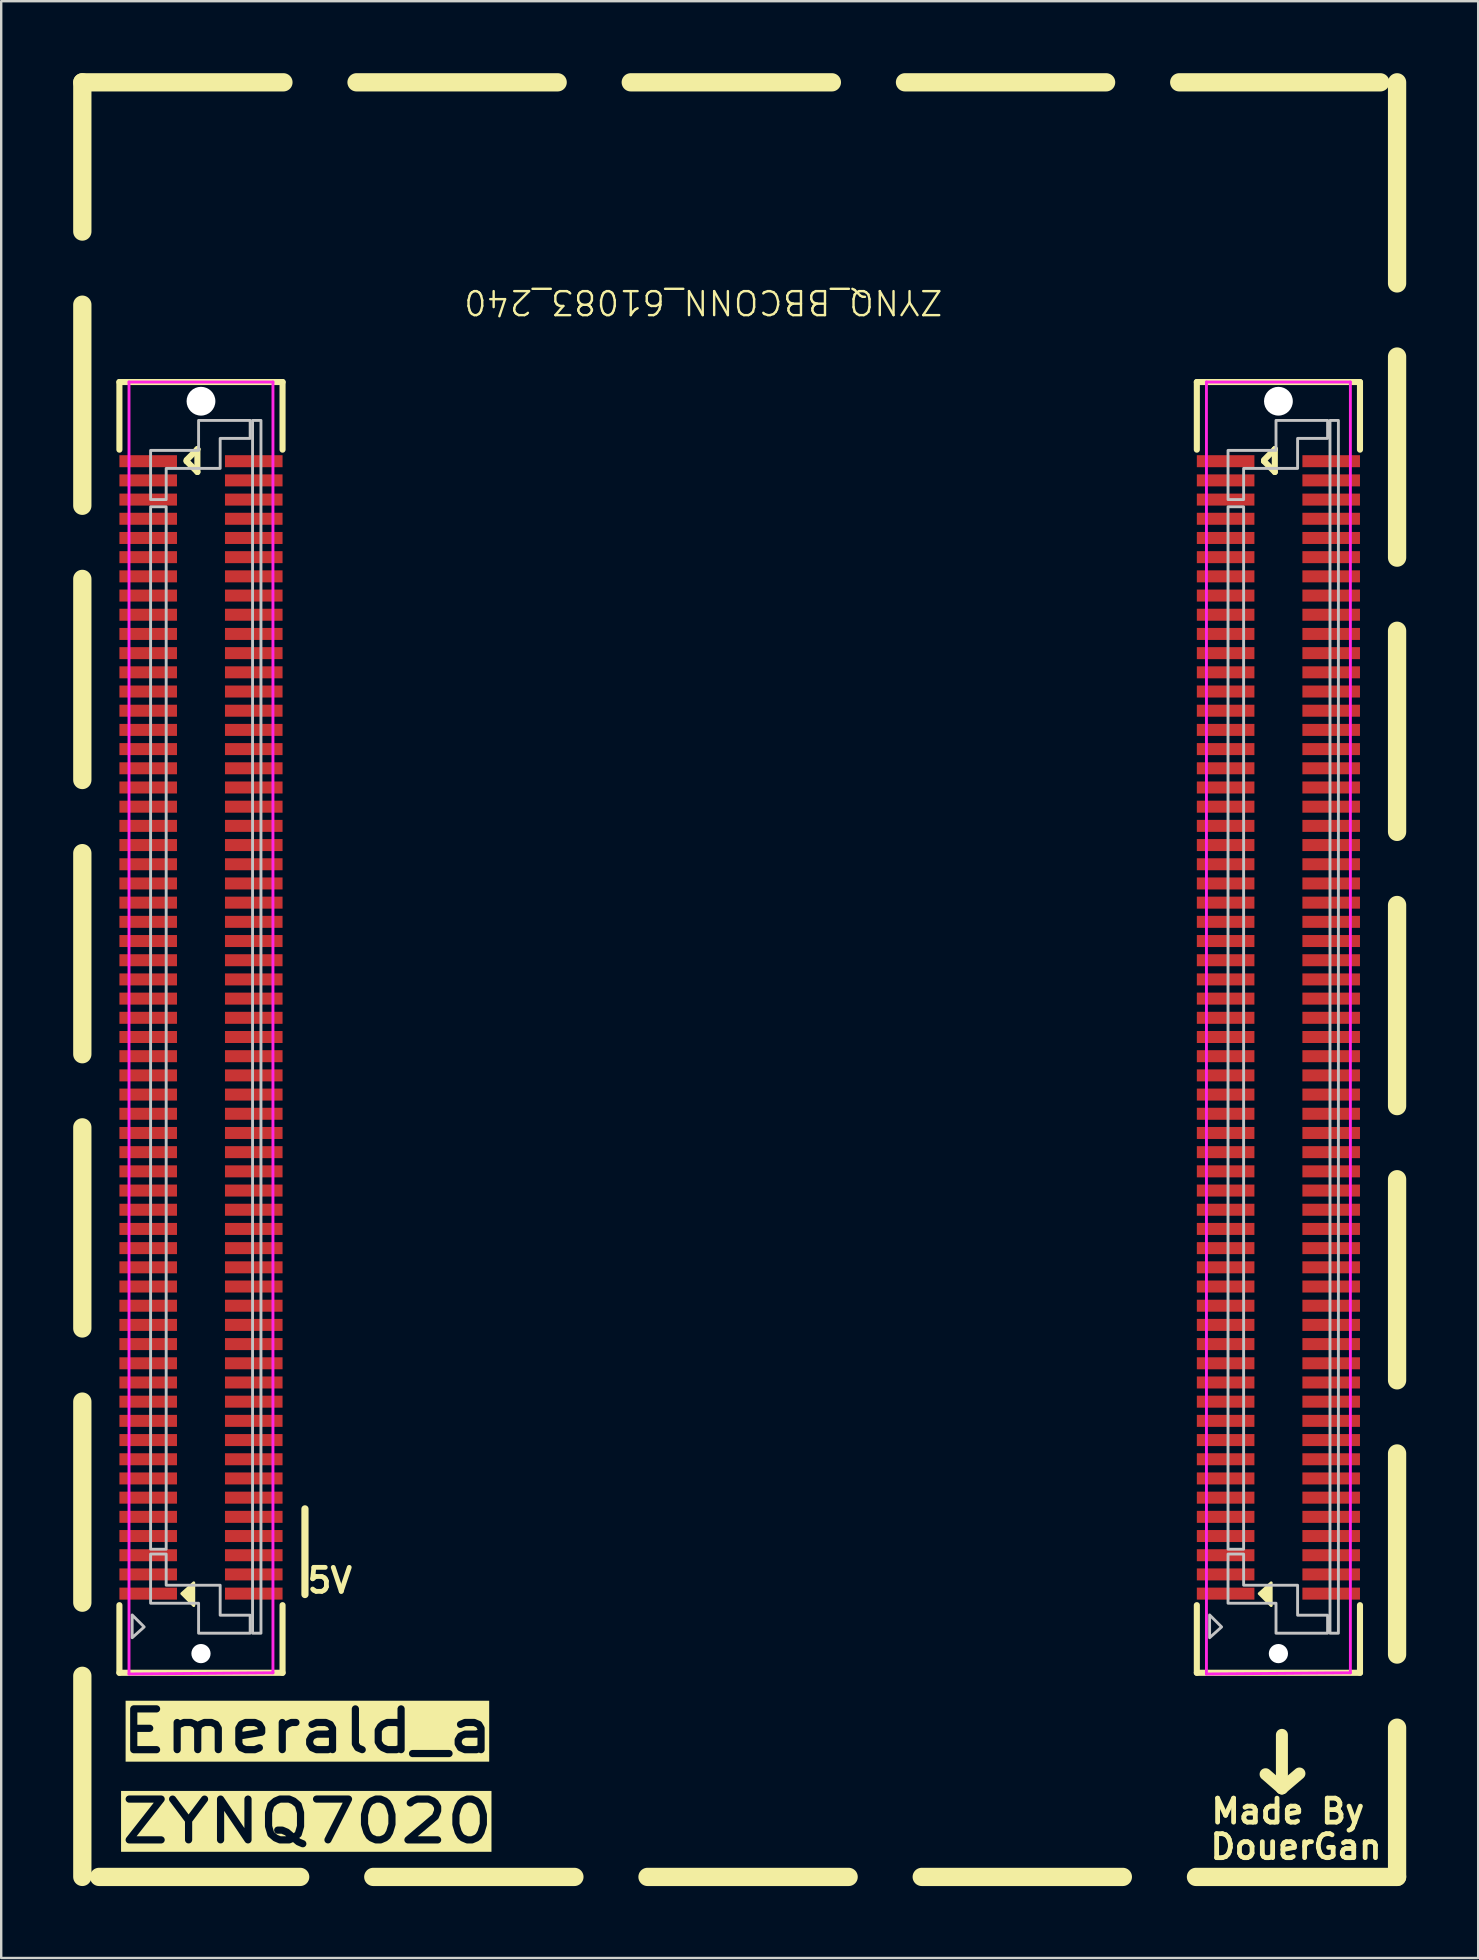
<source format=kicad_pcb>
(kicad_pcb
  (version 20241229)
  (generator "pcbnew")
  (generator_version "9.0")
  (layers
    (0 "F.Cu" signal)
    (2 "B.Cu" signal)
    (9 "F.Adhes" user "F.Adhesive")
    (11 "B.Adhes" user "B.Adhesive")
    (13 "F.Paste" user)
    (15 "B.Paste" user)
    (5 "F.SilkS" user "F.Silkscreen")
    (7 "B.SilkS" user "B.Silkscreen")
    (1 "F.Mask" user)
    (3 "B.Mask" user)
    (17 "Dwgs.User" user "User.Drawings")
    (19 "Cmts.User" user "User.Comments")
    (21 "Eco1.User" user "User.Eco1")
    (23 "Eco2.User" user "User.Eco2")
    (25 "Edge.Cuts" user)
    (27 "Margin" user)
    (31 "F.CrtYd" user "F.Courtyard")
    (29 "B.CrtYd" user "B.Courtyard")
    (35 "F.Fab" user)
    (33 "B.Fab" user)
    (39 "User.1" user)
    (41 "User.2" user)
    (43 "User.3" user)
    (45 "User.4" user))
  (footprint "ZYNQ_BBCONN_61083_240"
    (layer "F.Cu")
    (at 27.141 41.031)
    (property "Reference" "ZYNQ_BBCONN_61083_240" (at -0.877 -31.49 180) (unlocked yes) (layer "F.SilkS") (effects (font (size 1 1) (thickness 0.1))))
    (attr smd)
    (fp_line (start -25.214 -28.158) (end -18.414 -28.158) (stroke (width 0.254) (type solid)) (layer "F.SilkS"))
    (fp_line (start -25.214 -25.339) (end -25.214 -28.158) (stroke (width 0.254) (type solid)) (layer "F.SilkS"))
    (fp_line (start -25.214 22.823) (end -25.214 25.642) (stroke (width 0.254) (type solid)) (layer "F.SilkS"))
    (fp_line (start -25.214 25.642) (end -18.414 25.642) (stroke (width 0.254) (type solid)) (layer "F.SilkS"))
    (fp_line (start -22.414 -24.858) (end -22.414 -24.858) (stroke (width 0.254) (type solid)) (layer "F.SilkS"))
    (fp_line (start -22.414 -24.858) (end -21.964 -24.408) (stroke (width 0.254) (type solid)) (layer "F.SilkS"))
    (fp_line (start -21.964 -25.358) (end -22.414 -24.908) (stroke (width 0.254) (type solid)) (layer "F.SilkS"))
    (fp_line (start -21.964 -25.358) (end -21.964 -25.358) (stroke (width 0.254) (type solid)) (layer "F.SilkS"))
    (fp_line (start -21.964 -24.408) (end -21.964 -25.358) (stroke (width 0.254) (type solid)) (layer "F.SilkS"))
    (fp_line (start -18.414 -25.339) (end -18.414 -28.158) (stroke (width 0.254) (type solid)) (layer "F.SilkS"))
    (fp_line (start -18.414 22.823) (end -18.414 25.642) (stroke (width 0.254) (type solid)) (layer "F.SilkS"))
    (fp_line (start -17.48 22.38) (end -17.48 18.81) (stroke (width 0.3) (type default)) (layer "F.SilkS"))
    (fp_line (start 19.694 -28.158) (end 26.494 -28.158) (stroke (width 0.254) (type solid)) (layer "F.SilkS"))
    (fp_line (start 19.694 -25.339) (end 19.694 -28.158) (stroke (width 0.254) (type solid)) (layer "F.SilkS"))
    (fp_line (start 19.694 22.823) (end 19.694 25.642) (stroke (width 0.254) (type solid)) (layer "F.SilkS"))
    (fp_line (start 19.694 25.642) (end 26.494 25.642) (stroke (width 0.254) (type solid)) (layer "F.SilkS"))
    (fp_line (start 22.494 -24.858) (end 22.494 -24.858) (stroke (width 0.254) (type solid)) (layer "F.SilkS"))
    (fp_line (start 22.494 -24.858) (end 22.944 -24.408) (stroke (width 0.254) (type solid)) (layer "F.SilkS"))
    (fp_line (start 22.944 -25.358) (end 22.494 -24.908) (stroke (width 0.254) (type solid)) (layer "F.SilkS"))
    (fp_line (start 22.944 -25.358) (end 22.944 -25.358) (stroke (width 0.254) (type solid)) (layer "F.SilkS"))
    (fp_line (start 22.944 -24.408) (end 22.944 -25.358) (stroke (width 0.254) (type solid)) (layer "F.SilkS"))
    (fp_line (start 23.24 28.23) (end 23.24 30.46) (stroke (width 0.5) (type dash_dot_dot)) (layer "F.SilkS"))
    (fp_line (start 23.24 30.46) (end 22.56 29.87) (stroke (width 0.5) (type dash_dot_dot)) (layer "F.SilkS"))
    (fp_line (start 23.24 30.46) (end 23.97 29.84) (stroke (width 0.5) (type dash_dot_dot)) (layer "F.SilkS"))
    (fp_line (start 26.494 -25.339) (end 26.494 -28.158) (stroke (width 0.254) (type solid)) (layer "F.SilkS"))
    (fp_line (start 26.494 22.823) (end 26.494 25.642) (stroke (width 0.254) (type solid)) (layer "F.SilkS"))
    (fp_rect (start 28.04 34.15) (end -26.76 -40.65) (stroke (width 0.762) (type dash)) (fill no) (layer "F.SilkS"))
    (fp_poly (pts (xy -22.614 22.342) (xy -22.114 22.842) (xy -22.114 21.892)) (stroke (width 0.12) (type solid)) (fill yes) (layer "F.SilkS"))
    (fp_poly (pts (xy 22.294 22.342) (xy 22.794 22.842) (xy 22.794 21.892)) (stroke (width 0.12) (type solid)) (fill yes) (layer "F.SilkS"))
    (fp_circle (center -21.814 -27.358) (end -21.814 -27.633) (stroke (width 0.55) (type solid)) (fill no) (layer "Dwgs.User"))
    (fp_circle (center -21.814 24.842) (end -21.814 24.667) (stroke (width 0.35) (type solid)) (fill no) (layer "Dwgs.User"))
    (fp_circle (center 23.094 -27.358) (end 23.094 -27.633) (stroke (width 0.55) (type solid)) (fill no) (layer "Dwgs.User"))
    (fp_circle (center 23.094 24.842) (end 23.094 24.667) (stroke (width 0.35) (type solid)) (fill no) (layer "Dwgs.User"))
    (fp_poly (pts (xy -24.182 23.731) (xy -24.682 23.231) (xy -24.682 24.181)) (stroke (width 0.12) (type solid)) (fill no) (layer "Dwgs.User"))
    (fp_poly (pts (xy 20.726 23.731) (xy 20.226 23.231) (xy 20.226 24.181)) (stroke (width 0.12) (type solid)) (fill no) (layer "Dwgs.User"))
    (fp_poly (pts (xy -23.914 20.492) (xy -23.264 20.492) (xy -23.264 -22.958) (xy -23.914 -22.958)) (stroke (width 0.12) (type solid)) (fill no) (layer "Dwgs.User"))
    (fp_poly (pts (xy -19.664 23.992) (xy -19.664 -26.558) (xy -19.314 -26.558) (xy -19.314 23.992)) (stroke (width 0.12) (type solid)) (fill no) (layer "Dwgs.User"))
    (fp_poly (pts (xy 20.994 20.492) (xy 21.644 20.492) (xy 21.644 -22.958) (xy 20.994 -22.958)) (stroke (width 0.12) (type solid)) (fill no) (layer "Dwgs.User"))
    (fp_poly (pts (xy 25.244 23.992) (xy 25.244 -26.558) (xy 25.594 -26.558) (xy 25.594 23.992)) (stroke (width 0.12) (type solid)) (fill no) (layer "Dwgs.User"))
    (fp_poly (pts (xy -23.914 -23.258) (xy -23.914 -25.308) (xy -21.914 -25.308) (xy -21.914 -26.558) (xy -19.764 -26.558) (xy -19.764 -25.808) (xy -21.014 -25.808) (xy -21.014 -24.558) (xy -23.264 -24.558) (xy -23.264 -23.258)) (stroke (width 0.12) (type solid)) (fill no) (layer "Dwgs.User"))
    (fp_poly (pts (xy -23.914 20.692) (xy -23.914 22.742) (xy -21.914 22.742) (xy -21.914 23.992) (xy -19.764 23.992) (xy -19.764 23.242) (xy -21.014 23.242) (xy -21.014 21.992) (xy -23.264 21.992) (xy -23.264 20.692)) (stroke (width 0.12) (type solid)) (fill no) (layer "Dwgs.User"))
    (fp_poly (pts (xy 20.994 -23.258) (xy 20.994 -25.308) (xy 22.994 -25.308) (xy 22.994 -26.558) (xy 25.144 -26.558) (xy 25.144 -25.808) (xy 23.894 -25.808) (xy 23.894 -24.558) (xy 21.644 -24.558) (xy 21.644 -23.258)) (stroke (width 0.12) (type solid)) (fill no) (layer "Dwgs.User"))
    (fp_poly (pts (xy 20.994 20.692) (xy 20.994 22.742) (xy 22.994 22.742) (xy 22.994 23.992) (xy 25.144 23.992) (xy 25.144 23.242) (xy 23.894 23.242) (xy 23.894 21.992) (xy 21.644 21.992) (xy 21.644 20.692)) (stroke (width 0.12) (type solid)) (fill no) (layer "Dwgs.User"))
    (fp_circle (center -24.814 -28.208) (end -24.814 -28.238) (stroke (width 0.06) (type solid)) (fill no) (layer "Eco2.User"))
    (fp_circle (center 20.094 -28.208) (end 20.094 -28.238) (stroke (width 0.06) (type solid)) (fill no) (layer "Eco2.User"))
    (fp_poly (pts (xy -24.514 -24.708) (xy -24.514 -25.008) (xy -23.514 -25.008) (xy -23.514 -24.708)) (stroke (width 0.12) (type solid)) (fill no) (layer "Eco2.User"))
    (fp_poly (pts (xy -24.514 -23.908) (xy -24.514 -24.208) (xy -23.514 -24.208) (xy -23.514 -23.908)) (stroke (width 0.12) (type solid)) (fill no) (layer "Eco2.User"))
    (fp_poly (pts (xy -24.514 -23.108) (xy -24.514 -23.408) (xy -23.514 -23.408) (xy -23.514 -23.108)) (stroke (width 0.12) (type solid)) (fill no) (layer "Eco2.User"))
    (fp_poly (pts (xy -24.514 -22.308) (xy -24.514 -22.608) (xy -23.514 -22.608) (xy -23.514 -22.308)) (stroke (width 0.12) (type solid)) (fill no) (layer "Eco2.User"))
    (fp_poly (pts (xy -24.514 -21.508) (xy -24.514 -21.808) (xy -23.514 -21.808) (xy -23.514 -21.508)) (stroke (width 0.12) (type solid)) (fill no) (layer "Eco2.User"))
    (fp_poly (pts (xy -24.514 -20.708) (xy -24.514 -21.008) (xy -23.514 -21.008) (xy -23.514 -20.708)) (stroke (width 0.12) (type solid)) (fill no) (layer "Eco2.User"))
    (fp_poly (pts (xy -24.514 -19.908) (xy -24.514 -20.208) (xy -23.514 -20.208) (xy -23.514 -19.908)) (stroke (width 0.12) (type solid)) (fill no) (layer "Eco2.User"))
    (fp_poly (pts (xy -24.514 -19.108) (xy -24.514 -19.408) (xy -23.514 -19.408) (xy -23.514 -19.108)) (stroke (width 0.12) (type solid)) (fill no) (layer "Eco2.User"))
    (fp_poly (pts (xy -24.514 -18.308) (xy -24.514 -18.608) (xy -23.514 -18.608) (xy -23.514 -18.308)) (stroke (width 0.12) (type solid)) (fill no) (layer "Eco2.User"))
    (fp_poly (pts (xy -24.514 -17.508) (xy -24.514 -17.808) (xy -23.514 -17.808) (xy -23.514 -17.508)) (stroke (width 0.12) (type solid)) (fill no) (layer "Eco2.User"))
    (fp_poly (pts (xy -24.514 -16.708) (xy -24.514 -17.008) (xy -23.514 -17.008) (xy -23.514 -16.708)) (stroke (width 0.12) (type solid)) (fill no) (layer "Eco2.User"))
    (fp_poly (pts (xy -24.514 -15.908) (xy -24.514 -16.208) (xy -23.514 -16.208) (xy -23.514 -15.908)) (stroke (width 0.12) (type solid)) (fill no) (layer "Eco2.User"))
    (fp_poly (pts (xy -24.514 -15.108) (xy -24.514 -15.408) (xy -23.514 -15.408) (xy -23.514 -15.108)) (stroke (width 0.12) (type solid)) (fill no) (layer "Eco2.User"))
    (fp_poly (pts (xy -24.514 -14.308) (xy -24.514 -14.608) (xy -23.514 -14.608) (xy -23.514 -14.308)) (stroke (width 0.12) (type solid)) (fill no) (layer "Eco2.User"))
    (fp_poly (pts (xy -24.514 -13.508) (xy -24.514 -13.808) (xy -23.514 -13.808) (xy -23.514 -13.508)) (stroke (width 0.12) (type solid)) (fill no) (layer "Eco2.User"))
    (fp_poly (pts (xy -24.514 -12.708) (xy -24.514 -13.008) (xy -23.514 -13.008) (xy -23.514 -12.708)) (stroke (width 0.12) (type solid)) (fill no) (layer "Eco2.User"))
    (fp_poly (pts (xy -24.514 -11.908) (xy -24.514 -12.208) (xy -23.514 -12.208) (xy -23.514 -11.908)) (stroke (width 0.12) (type solid)) (fill no) (layer "Eco2.User"))
    (fp_poly (pts (xy -24.514 -11.108) (xy -24.514 -11.408) (xy -23.514 -11.408) (xy -23.514 -11.108)) (stroke (width 0.12) (type solid)) (fill no) (layer "Eco2.User"))
    (fp_poly (pts (xy -24.514 -10.308) (xy -24.514 -10.608) (xy -23.514 -10.608) (xy -23.514 -10.308)) (stroke (width 0.12) (type solid)) (fill no) (layer "Eco2.User"))
    (fp_poly (pts (xy -24.514 -9.508) (xy -24.514 -9.808) (xy -23.514 -9.808) (xy -23.514 -9.508)) (stroke (width 0.12) (type solid)) (fill no) (layer "Eco2.User"))
    (fp_poly (pts (xy -24.514 -8.708) (xy -24.514 -9.008) (xy -23.514 -9.008) (xy -23.514 -8.708)) (stroke (width 0.12) (type solid)) (fill no) (layer "Eco2.User"))
    (fp_poly (pts (xy -24.514 -7.908) (xy -24.514 -8.208) (xy -23.514 -8.208) (xy -23.514 -7.908)) (stroke (width 0.12) (type solid)) (fill no) (layer "Eco2.User"))
    (fp_poly (pts (xy -24.514 -7.108) (xy -24.514 -7.408) (xy -23.514 -7.408) (xy -23.514 -7.108)) (stroke (width 0.12) (type solid)) (fill no) (layer "Eco2.User"))
    (fp_poly (pts (xy -24.514 -6.308) (xy -24.514 -6.608) (xy -23.514 -6.608) (xy -23.514 -6.308)) (stroke (width 0.12) (type solid)) (fill no) (layer "Eco2.User"))
    (fp_poly (pts (xy -24.514 -5.508) (xy -24.514 -5.808) (xy -23.514 -5.808) (xy -23.514 -5.508)) (stroke (width 0.12) (type solid)) (fill no) (layer "Eco2.User"))
    (fp_poly (pts (xy -24.514 -4.708) (xy -24.514 -5.008) (xy -23.514 -5.008) (xy -23.514 -4.708)) (stroke (width 0.12) (type solid)) (fill no) (layer "Eco2.User"))
    (fp_poly (pts (xy -24.514 -3.908) (xy -24.514 -4.208) (xy -23.514 -4.208) (xy -23.514 -3.908)) (stroke (width 0.12) (type solid)) (fill no) (layer "Eco2.User"))
    (fp_poly (pts (xy -24.514 -3.108) (xy -24.514 -3.408) (xy -23.514 -3.408) (xy -23.514 -3.108)) (stroke (width 0.12) (type solid)) (fill no) (layer "Eco2.User"))
    (fp_poly (pts (xy -24.514 -2.308) (xy -24.514 -2.608) (xy -23.514 -2.608) (xy -23.514 -2.308)) (stroke (width 0.12) (type solid)) (fill no) (layer "Eco2.User"))
    (fp_poly (pts (xy -24.514 -1.508) (xy -24.514 -1.808) (xy -23.514 -1.808) (xy -23.514 -1.508)) (stroke (width 0.12) (type solid)) (fill no) (layer "Eco2.User"))
    (fp_poly (pts (xy -24.514 -0.708) (xy -24.514 -1.008) (xy -23.514 -1.008) (xy -23.514 -0.708)) (stroke (width 0.12) (type solid)) (fill no) (layer "Eco2.User"))
    (fp_poly (pts (xy -24.514 0.092) (xy -24.514 -0.208) (xy -23.514 -0.208) (xy -23.514 0.092)) (stroke (width 0.12) (type solid)) (fill no) (layer "Eco2.User"))
    (fp_poly (pts (xy -24.514 0.892) (xy -24.514 0.592) (xy -23.514 0.592) (xy -23.514 0.892)) (stroke (width 0.12) (type solid)) (fill no) (layer "Eco2.User"))
    (fp_poly (pts (xy -24.514 1.692) (xy -24.514 1.392) (xy -23.514 1.392) (xy -23.514 1.692)) (stroke (width 0.12) (type solid)) (fill no) (layer "Eco2.User"))
    (fp_poly (pts (xy -24.514 2.492) (xy -24.514 2.192) (xy -23.514 2.192) (xy -23.514 2.492)) (stroke (width 0.12) (type solid)) (fill no) (layer "Eco2.User"))
    (fp_poly (pts (xy -24.514 3.292) (xy -24.514 2.992) (xy -23.514 2.992) (xy -23.514 3.292)) (stroke (width 0.12) (type solid)) (fill no) (layer "Eco2.User"))
    (fp_poly (pts (xy -24.514 4.092) (xy -24.514 3.792) (xy -23.514 3.792) (xy -23.514 4.092)) (stroke (width 0.12) (type solid)) (fill no) (layer "Eco2.User"))
    (fp_poly (pts (xy -24.514 4.892) (xy -24.514 4.592) (xy -23.514 4.592) (xy -23.514 4.892)) (stroke (width 0.12) (type solid)) (fill no) (layer "Eco2.User"))
    (fp_poly (pts (xy -24.514 5.692) (xy -24.514 5.392) (xy -23.514 5.392) (xy -23.514 5.692)) (stroke (width 0.12) (type solid)) (fill no) (layer "Eco2.User"))
    (fp_poly (pts (xy -24.514 6.492) (xy -24.514 6.192) (xy -23.514 6.192) (xy -23.514 6.492)) (stroke (width 0.12) (type solid)) (fill no) (layer "Eco2.User"))
    (fp_poly (pts (xy -24.514 7.292) (xy -24.514 6.992) (xy -23.514 6.992) (xy -23.514 7.292)) (stroke (width 0.12) (type solid)) (fill no) (layer "Eco2.User"))
    (fp_poly (pts (xy -24.514 8.092) (xy -24.514 7.792) (xy -23.514 7.792) (xy -23.514 8.092)) (stroke (width 0.12) (type solid)) (fill no) (layer "Eco2.User"))
    (fp_poly (pts (xy -24.514 8.892) (xy -24.514 8.592) (xy -23.514 8.592) (xy -23.514 8.892)) (stroke (width 0.12) (type solid)) (fill no) (layer "Eco2.User"))
    (fp_poly (pts (xy -24.514 9.692) (xy -24.514 9.392) (xy -23.514 9.392) (xy -23.514 9.692)) (stroke (width 0.12) (type solid)) (fill no) (layer "Eco2.User"))
    (fp_poly (pts (xy -24.514 10.492) (xy -24.514 10.192) (xy -23.514 10.192) (xy -23.514 10.492)) (stroke (width 0.12) (type solid)) (fill no) (layer "Eco2.User"))
    (fp_poly (pts (xy -24.514 11.292) (xy -24.514 10.992) (xy -23.514 10.992) (xy -23.514 11.292)) (stroke (width 0.12) (type solid)) (fill no) (layer "Eco2.User"))
    (fp_poly (pts (xy -24.514 12.092) (xy -24.514 11.792) (xy -23.514 11.792) (xy -23.514 12.092)) (stroke (width 0.12) (type solid)) (fill no) (layer "Eco2.User"))
    (fp_poly (pts (xy -24.514 12.892) (xy -24.514 12.592) (xy -23.514 12.592) (xy -23.514 12.892)) (stroke (width 0.12) (type solid)) (fill no) (layer "Eco2.User"))
    (fp_poly (pts (xy -24.514 13.692) (xy -24.514 13.392) (xy -23.514 13.392) (xy -23.514 13.692)) (stroke (width 0.12) (type solid)) (fill no) (layer "Eco2.User"))
    (fp_poly (pts (xy -24.514 14.492) (xy -24.514 14.192) (xy -23.514 14.192) (xy -23.514 14.492)) (stroke (width 0.12) (type solid)) (fill no) (layer "Eco2.User"))
    (fp_poly (pts (xy -24.514 15.292) (xy -24.514 14.992) (xy -23.514 14.992) (xy -23.514 15.292)) (stroke (width 0.12) (type solid)) (fill no) (layer "Eco2.User"))
    (fp_poly (pts (xy -24.514 16.092) (xy -24.514 15.792) (xy -23.514 15.792) (xy -23.514 16.092)) (stroke (width 0.12) (type solid)) (fill no) (layer "Eco2.User"))
    (fp_poly (pts (xy -24.514 16.892) (xy -24.514 16.592) (xy -23.514 16.592) (xy -23.514 16.892)) (stroke (width 0.12) (type solid)) (fill no) (layer "Eco2.User"))
    (fp_poly (pts (xy -24.514 17.692) (xy -24.514 17.392) (xy -23.514 17.392) (xy -23.514 17.692)) (stroke (width 0.12) (type solid)) (fill no) (layer "Eco2.User"))
    (fp_poly (pts (xy -24.514 18.492) (xy -24.514 18.192) (xy -23.514 18.192) (xy -23.514 18.492)) (stroke (width 0.12) (type solid)) (fill no) (layer "Eco2.User"))
    (fp_poly (pts (xy -24.514 19.292) (xy -24.514 18.992) (xy -23.514 18.992) (xy -23.514 19.292)) (stroke (width 0.12) (type solid)) (fill no) (layer "Eco2.User"))
    (fp_poly (pts (xy -24.514 20.092) (xy -24.514 19.792) (xy -23.514 19.792) (xy -23.514 20.092)) (stroke (width 0.12) (type solid)) (fill no) (layer "Eco2.User"))
    (fp_poly (pts (xy -24.514 20.892) (xy -24.514 20.592) (xy -23.514 20.592) (xy -23.514 20.892)) (stroke (width 0.12) (type solid)) (fill no) (layer "Eco2.User"))
    (fp_poly (pts (xy -24.514 21.692) (xy -24.514 21.392) (xy -23.514 21.392) (xy -23.514 21.692)) (stroke (width 0.12) (type solid)) (fill no) (layer "Eco2.User"))
    (fp_poly (pts (xy -24.514 22.492) (xy -24.514 22.192) (xy -23.514 22.192) (xy -23.514 22.492)) (stroke (width 0.12) (type solid)) (fill no) (layer "Eco2.User"))
    (fp_poly (pts (xy -20.114 -24.708) (xy -20.114 -25.008) (xy -19.114 -25.008) (xy -19.114 -24.708)) (stroke (width 0.12) (type solid)) (fill no) (layer "Eco2.User"))
    (fp_poly (pts (xy -20.114 -23.908) (xy -20.114 -24.208) (xy -19.114 -24.208) (xy -19.114 -23.908)) (stroke (width 0.12) (type solid)) (fill no) (layer "Eco2.User"))
    (fp_poly (pts (xy -20.114 -23.108) (xy -20.114 -23.408) (xy -19.114 -23.408) (xy -19.114 -23.108)) (stroke (width 0.12) (type solid)) (fill no) (layer "Eco2.User"))
    (fp_poly (pts (xy -20.114 -22.308) (xy -20.114 -22.608) (xy -19.114 -22.608) (xy -19.114 -22.308)) (stroke (width 0.12) (type solid)) (fill no) (layer "Eco2.User"))
    (fp_poly (pts (xy -20.114 -21.508) (xy -20.114 -21.808) (xy -19.114 -21.808) (xy -19.114 -21.508)) (stroke (width 0.12) (type solid)) (fill no) (layer "Eco2.User"))
    (fp_poly (pts (xy -20.114 -20.708) (xy -20.114 -21.008) (xy -19.114 -21.008) (xy -19.114 -20.708)) (stroke (width 0.12) (type solid)) (fill no) (layer "Eco2.User"))
    (fp_poly (pts (xy -20.114 -19.908) (xy -20.114 -20.208) (xy -19.114 -20.208) (xy -19.114 -19.908)) (stroke (width 0.12) (type solid)) (fill no) (layer "Eco2.User"))
    (fp_poly (pts (xy -20.114 -19.108) (xy -20.114 -19.408) (xy -19.114 -19.408) (xy -19.114 -19.108)) (stroke (width 0.12) (type solid)) (fill no) (layer "Eco2.User"))
    (fp_poly (pts (xy -20.114 -18.308) (xy -20.114 -18.608) (xy -19.114 -18.608) (xy -19.114 -18.308)) (stroke (width 0.12) (type solid)) (fill no) (layer "Eco2.User"))
    (fp_poly (pts (xy -20.114 -17.508) (xy -20.114 -17.808) (xy -19.114 -17.808) (xy -19.114 -17.508)) (stroke (width 0.12) (type solid)) (fill no) (layer "Eco2.User"))
    (fp_poly (pts (xy -20.114 -16.708) (xy -20.114 -17.008) (xy -19.114 -17.008) (xy -19.114 -16.708)) (stroke (width 0.12) (type solid)) (fill no) (layer "Eco2.User"))
    (fp_poly (pts (xy -20.114 -15.908) (xy -20.114 -16.208) (xy -19.114 -16.208) (xy -19.114 -15.908)) (stroke (width 0.12) (type solid)) (fill no) (layer "Eco2.User"))
    (fp_poly (pts (xy -20.114 -15.108) (xy -20.114 -15.408) (xy -19.114 -15.408) (xy -19.114 -15.108)) (stroke (width 0.12) (type solid)) (fill no) (layer "Eco2.User"))
    (fp_poly (pts (xy -20.114 -14.308) (xy -20.114 -14.608) (xy -19.114 -14.608) (xy -19.114 -14.308)) (stroke (width 0.12) (type solid)) (fill no) (layer "Eco2.User"))
    (fp_poly (pts (xy -20.114 -13.508) (xy -20.114 -13.808) (xy -19.114 -13.808) (xy -19.114 -13.508)) (stroke (width 0.12) (type solid)) (fill no) (layer "Eco2.User"))
    (fp_poly (pts (xy -20.114 -12.708) (xy -20.114 -13.008) (xy -19.114 -13.008) (xy -19.114 -12.708)) (stroke (width 0.12) (type solid)) (fill no) (layer "Eco2.User"))
    (fp_poly (pts (xy -20.114 -11.908) (xy -20.114 -12.208) (xy -19.114 -12.208) (xy -19.114 -11.908)) (stroke (width 0.12) (type solid)) (fill no) (layer "Eco2.User"))
    (fp_poly (pts (xy -20.114 -11.108) (xy -20.114 -11.408) (xy -19.114 -11.408) (xy -19.114 -11.108)) (stroke (width 0.12) (type solid)) (fill no) (layer "Eco2.User"))
    (fp_poly (pts (xy -20.114 -10.308) (xy -20.114 -10.608) (xy -19.114 -10.608) (xy -19.114 -10.308)) (stroke (width 0.12) (type solid)) (fill no) (layer "Eco2.User"))
    (fp_poly (pts (xy -20.114 -9.508) (xy -20.114 -9.808) (xy -19.114 -9.808) (xy -19.114 -9.508)) (stroke (width 0.12) (type solid)) (fill no) (layer "Eco2.User"))
    (fp_poly (pts (xy -20.114 -8.708) (xy -20.114 -9.008) (xy -19.114 -9.008) (xy -19.114 -8.708)) (stroke (width 0.12) (type solid)) (fill no) (layer "Eco2.User"))
    (fp_poly (pts (xy -20.114 -7.908) (xy -20.114 -8.208) (xy -19.114 -8.208) (xy -19.114 -7.908)) (stroke (width 0.12) (type solid)) (fill no) (layer "Eco2.User"))
    (fp_poly (pts (xy -20.114 -7.108) (xy -20.114 -7.408) (xy -19.114 -7.408) (xy -19.114 -7.108)) (stroke (width 0.12) (type solid)) (fill no) (layer "Eco2.User"))
    (fp_poly (pts (xy -20.114 -6.308) (xy -20.114 -6.608) (xy -19.114 -6.608) (xy -19.114 -6.308)) (stroke (width 0.12) (type solid)) (fill no) (layer "Eco2.User"))
    (fp_poly (pts (xy -20.114 -5.508) (xy -20.114 -5.808) (xy -19.114 -5.808) (xy -19.114 -5.508)) (stroke (width 0.12) (type solid)) (fill no) (layer "Eco2.User"))
    (fp_poly (pts (xy -20.114 -4.708) (xy -20.114 -5.008) (xy -19.114 -5.008) (xy -19.114 -4.708)) (stroke (width 0.12) (type solid)) (fill no) (layer "Eco2.User"))
    (fp_poly (pts (xy -20.114 -3.908) (xy -20.114 -4.208) (xy -19.114 -4.208) (xy -19.114 -3.908)) (stroke (width 0.12) (type solid)) (fill no) (layer "Eco2.User"))
    (fp_poly (pts (xy -20.114 -3.108) (xy -20.114 -3.408) (xy -19.114 -3.408) (xy -19.114 -3.108)) (stroke (width 0.12) (type solid)) (fill no) (layer "Eco2.User"))
    (fp_poly (pts (xy -20.114 -2.308) (xy -20.114 -2.608) (xy -19.114 -2.608) (xy -19.114 -2.308)) (stroke (width 0.12) (type solid)) (fill no) (layer "Eco2.User"))
    (fp_poly (pts (xy -20.114 -1.508) (xy -20.114 -1.808) (xy -19.114 -1.808) (xy -19.114 -1.508)) (stroke (width 0.12) (type solid)) (fill no) (layer "Eco2.User"))
    (fp_poly (pts (xy -20.114 -0.708) (xy -20.114 -1.008) (xy -19.114 -1.008) (xy -19.114 -0.708)) (stroke (width 0.12) (type solid)) (fill no) (layer "Eco2.User"))
    (fp_poly (pts (xy -20.114 0.092) (xy -20.114 -0.208) (xy -19.114 -0.208) (xy -19.114 0.092)) (stroke (width 0.12) (type solid)) (fill no) (layer "Eco2.User"))
    (fp_poly (pts (xy -20.114 0.892) (xy -20.114 0.592) (xy -19.114 0.592) (xy -19.114 0.892)) (stroke (width 0.12) (type solid)) (fill no) (layer "Eco2.User"))
    (fp_poly (pts (xy -20.114 1.692) (xy -20.114 1.392) (xy -19.114 1.392) (xy -19.114 1.692)) (stroke (width 0.12) (type solid)) (fill no) (layer "Eco2.User"))
    (fp_poly (pts (xy -20.114 2.492) (xy -20.114 2.192) (xy -19.114 2.192) (xy -19.114 2.492)) (stroke (width 0.12) (type solid)) (fill no) (layer "Eco2.User"))
    (fp_poly (pts (xy -20.114 3.292) (xy -20.114 2.992) (xy -19.114 2.992) (xy -19.114 3.292)) (stroke (width 0.12) (type solid)) (fill no) (layer "Eco2.User"))
    (fp_poly (pts (xy -20.114 4.092) (xy -20.114 3.792) (xy -19.114 3.792) (xy -19.114 4.092)) (stroke (width 0.12) (type solid)) (fill no) (layer "Eco2.User"))
    (fp_poly (pts (xy -20.114 4.892) (xy -20.114 4.592) (xy -19.114 4.592) (xy -19.114 4.892)) (stroke (width 0.12) (type solid)) (fill no) (layer "Eco2.User"))
    (fp_poly (pts (xy -20.114 5.692) (xy -20.114 5.392) (xy -19.114 5.392) (xy -19.114 5.692)) (stroke (width 0.12) (type solid)) (fill no) (layer "Eco2.User"))
    (fp_poly (pts (xy -20.114 6.492) (xy -20.114 6.192) (xy -19.114 6.192) (xy -19.114 6.492)) (stroke (width 0.12) (type solid)) (fill no) (layer "Eco2.User"))
    (fp_poly (pts (xy -20.114 7.292) (xy -20.114 6.992) (xy -19.114 6.992) (xy -19.114 7.292)) (stroke (width 0.12) (type solid)) (fill no) (layer "Eco2.User"))
    (fp_poly (pts (xy -20.114 8.092) (xy -20.114 7.792) (xy -19.114 7.792) (xy -19.114 8.092)) (stroke (width 0.12) (type solid)) (fill no) (layer "Eco2.User"))
    (fp_poly (pts (xy -20.114 8.892) (xy -20.114 8.592) (xy -19.114 8.592) (xy -19.114 8.892)) (stroke (width 0.12) (type solid)) (fill no) (layer "Eco2.User"))
    (fp_poly (pts (xy -20.114 9.692) (xy -20.114 9.392) (xy -19.114 9.392) (xy -19.114 9.692)) (stroke (width 0.12) (type solid)) (fill no) (layer "Eco2.User"))
    (fp_poly (pts (xy -20.114 10.492) (xy -20.114 10.192) (xy -19.114 10.192) (xy -19.114 10.492)) (stroke (width 0.12) (type solid)) (fill no) (layer "Eco2.User"))
    (fp_poly (pts (xy -20.114 11.292) (xy -20.114 10.992) (xy -19.114 10.992) (xy -19.114 11.292)) (stroke (width 0.12) (type solid)) (fill no) (layer "Eco2.User"))
    (fp_poly (pts (xy -20.114 12.092) (xy -20.114 11.792) (xy -19.114 11.792) (xy -19.114 12.092)) (stroke (width 0.12) (type solid)) (fill no) (layer "Eco2.User"))
    (fp_poly (pts (xy -20.114 12.892) (xy -20.114 12.592) (xy -19.114 12.592) (xy -19.114 12.892)) (stroke (width 0.12) (type solid)) (fill no) (layer "Eco2.User"))
    (fp_poly (pts (xy -20.114 13.692) (xy -20.114 13.392) (xy -19.114 13.392) (xy -19.114 13.692)) (stroke (width 0.12) (type solid)) (fill no) (layer "Eco2.User"))
    (fp_poly (pts (xy -20.114 14.492) (xy -20.114 14.192) (xy -19.114 14.192) (xy -19.114 14.492)) (stroke (width 0.12) (type solid)) (fill no) (layer "Eco2.User"))
    (fp_poly (pts (xy -20.114 15.292) (xy -20.114 14.992) (xy -19.114 14.992) (xy -19.114 15.292)) (stroke (width 0.12) (type solid)) (fill no) (layer "Eco2.User"))
    (fp_poly (pts (xy -20.114 16.092) (xy -20.114 15.792) (xy -19.114 15.792) (xy -19.114 16.092)) (stroke (width 0.12) (type solid)) (fill no) (layer "Eco2.User"))
    (fp_poly (pts (xy -20.114 16.892) (xy -20.114 16.592) (xy -19.114 16.592) (xy -19.114 16.892)) (stroke (width 0.12) (type solid)) (fill no) (layer "Eco2.User"))
    (fp_poly (pts (xy -20.114 17.692) (xy -20.114 17.392) (xy -19.114 17.392) (xy -19.114 17.692)) (stroke (width 0.12) (type solid)) (fill no) (layer "Eco2.User"))
    (fp_poly (pts (xy -20.114 18.492) (xy -20.114 18.192) (xy -19.114 18.192) (xy -19.114 18.492)) (stroke (width 0.12) (type solid)) (fill no) (layer "Eco2.User"))
    (fp_poly (pts (xy -20.114 19.292) (xy -20.114 18.992) (xy -19.114 18.992) (xy -19.114 19.292)) (stroke (width 0.12) (type solid)) (fill no) (layer "Eco2.User"))
    (fp_poly (pts (xy -20.114 20.092) (xy -20.114 19.792) (xy -19.114 19.792) (xy -19.114 20.092)) (stroke (width 0.12) (type solid)) (fill no) (layer "Eco2.User"))
    (fp_poly (pts (xy -20.114 20.892) (xy -20.114 20.592) (xy -19.114 20.592) (xy -19.114 20.892)) (stroke (width 0.12) (type solid)) (fill no) (layer "Eco2.User"))
    (fp_poly (pts (xy -20.114 21.692) (xy -20.114 21.392) (xy -19.114 21.392) (xy -19.114 21.692)) (stroke (width 0.12) (type solid)) (fill no) (layer "Eco2.User"))
    (fp_poly (pts (xy -20.114 22.492) (xy -20.114 22.192) (xy -19.114 22.192) (xy -19.114 22.492)) (stroke (width 0.12) (type solid)) (fill no) (layer "Eco2.User"))
    (fp_poly (pts (xy 20.394 -24.708) (xy 20.394 -25.008) (xy 21.394 -25.008) (xy 21.394 -24.708)) (stroke (width 0.12) (type solid)) (fill no) (layer "Eco2.User"))
    (fp_poly (pts (xy 20.394 -23.908) (xy 20.394 -24.208) (xy 21.394 -24.208) (xy 21.394 -23.908)) (stroke (width 0.12) (type solid)) (fill no) (layer "Eco2.User"))
    (fp_poly (pts (xy 20.394 -23.108) (xy 20.394 -23.408) (xy 21.394 -23.408) (xy 21.394 -23.108)) (stroke (width 0.12) (type solid)) (fill no) (layer "Eco2.User"))
    (fp_poly (pts (xy 20.394 -22.308) (xy 20.394 -22.608) (xy 21.394 -22.608) (xy 21.394 -22.308)) (stroke (width 0.12) (type solid)) (fill no) (layer "Eco2.User"))
    (fp_poly (pts (xy 20.394 -21.508) (xy 20.394 -21.808) (xy 21.394 -21.808) (xy 21.394 -21.508)) (stroke (width 0.12) (type solid)) (fill no) (layer "Eco2.User"))
    (fp_poly (pts (xy 20.394 -20.708) (xy 20.394 -21.008) (xy 21.394 -21.008) (xy 21.394 -20.708)) (stroke (width 0.12) (type solid)) (fill no) (layer "Eco2.User"))
    (fp_poly (pts (xy 20.394 -19.908) (xy 20.394 -20.208) (xy 21.394 -20.208) (xy 21.394 -19.908)) (stroke (width 0.12) (type solid)) (fill no) (layer "Eco2.User"))
    (fp_poly (pts (xy 20.394 -19.108) (xy 20.394 -19.408) (xy 21.394 -19.408) (xy 21.394 -19.108)) (stroke (width 0.12) (type solid)) (fill no) (layer "Eco2.User"))
    (fp_poly (pts (xy 20.394 -18.308) (xy 20.394 -18.608) (xy 21.394 -18.608) (xy 21.394 -18.308)) (stroke (width 0.12) (type solid)) (fill no) (layer "Eco2.User"))
    (fp_poly (pts (xy 20.394 -17.508) (xy 20.394 -17.808) (xy 21.394 -17.808) (xy 21.394 -17.508)) (stroke (width 0.12) (type solid)) (fill no) (layer "Eco2.User"))
    (fp_poly (pts (xy 20.394 -16.708) (xy 20.394 -17.008) (xy 21.394 -17.008) (xy 21.394 -16.708)) (stroke (width 0.12) (type solid)) (fill no) (layer "Eco2.User"))
    (fp_poly (pts (xy 20.394 -15.908) (xy 20.394 -16.208) (xy 21.394 -16.208) (xy 21.394 -15.908)) (stroke (width 0.12) (type solid)) (fill no) (layer "Eco2.User"))
    (fp_poly (pts (xy 20.394 -15.108) (xy 20.394 -15.408) (xy 21.394 -15.408) (xy 21.394 -15.108)) (stroke (width 0.12) (type solid)) (fill no) (layer "Eco2.User"))
    (fp_poly (pts (xy 20.394 -14.308) (xy 20.394 -14.608) (xy 21.394 -14.608) (xy 21.394 -14.308)) (stroke (width 0.12) (type solid)) (fill no) (layer "Eco2.User"))
    (fp_poly (pts (xy 20.394 -13.508) (xy 20.394 -13.808) (xy 21.394 -13.808) (xy 21.394 -13.508)) (stroke (width 0.12) (type solid)) (fill no) (layer "Eco2.User"))
    (fp_poly (pts (xy 20.394 -12.708) (xy 20.394 -13.008) (xy 21.394 -13.008) (xy 21.394 -12.708)) (stroke (width 0.12) (type solid)) (fill no) (layer "Eco2.User"))
    (fp_poly (pts (xy 20.394 -11.908) (xy 20.394 -12.208) (xy 21.394 -12.208) (xy 21.394 -11.908)) (stroke (width 0.12) (type solid)) (fill no) (layer "Eco2.User"))
    (fp_poly (pts (xy 20.394 -11.108) (xy 20.394 -11.408) (xy 21.394 -11.408) (xy 21.394 -11.108)) (stroke (width 0.12) (type solid)) (fill no) (layer "Eco2.User"))
    (fp_poly (pts (xy 20.394 -10.308) (xy 20.394 -10.608) (xy 21.394 -10.608) (xy 21.394 -10.308)) (stroke (width 0.12) (type solid)) (fill no) (layer "Eco2.User"))
    (fp_poly (pts (xy 20.394 -9.508) (xy 20.394 -9.808) (xy 21.394 -9.808) (xy 21.394 -9.508)) (stroke (width 0.12) (type solid)) (fill no) (layer "Eco2.User"))
    (fp_poly (pts (xy 20.394 -8.708) (xy 20.394 -9.008) (xy 21.394 -9.008) (xy 21.394 -8.708)) (stroke (width 0.12) (type solid)) (fill no) (layer "Eco2.User"))
    (fp_poly (pts (xy 20.394 -7.908) (xy 20.394 -8.208) (xy 21.394 -8.208) (xy 21.394 -7.908)) (stroke (width 0.12) (type solid)) (fill no) (layer "Eco2.User"))
    (fp_poly (pts (xy 20.394 -7.108) (xy 20.394 -7.408) (xy 21.394 -7.408) (xy 21.394 -7.108)) (stroke (width 0.12) (type solid)) (fill no) (layer "Eco2.User"))
    (fp_poly (pts (xy 20.394 -6.308) (xy 20.394 -6.608) (xy 21.394 -6.608) (xy 21.394 -6.308)) (stroke (width 0.12) (type solid)) (fill no) (layer "Eco2.User"))
    (fp_poly (pts (xy 20.394 -5.508) (xy 20.394 -5.808) (xy 21.394 -5.808) (xy 21.394 -5.508)) (stroke (width 0.12) (type solid)) (fill no) (layer "Eco2.User"))
    (fp_poly (pts (xy 20.394 -4.708) (xy 20.394 -5.008) (xy 21.394 -5.008) (xy 21.394 -4.708)) (stroke (width 0.12) (type solid)) (fill no) (layer "Eco2.User"))
    (fp_poly (pts (xy 20.394 -3.908) (xy 20.394 -4.208) (xy 21.394 -4.208) (xy 21.394 -3.908)) (stroke (width 0.12) (type solid)) (fill no) (layer "Eco2.User"))
    (fp_poly (pts (xy 20.394 -3.108) (xy 20.394 -3.408) (xy 21.394 -3.408) (xy 21.394 -3.108)) (stroke (width 0.12) (type solid)) (fill no) (layer "Eco2.User"))
    (fp_poly (pts (xy 20.394 -2.308) (xy 20.394 -2.608) (xy 21.394 -2.608) (xy 21.394 -2.308)) (stroke (width 0.12) (type solid)) (fill no) (layer "Eco2.User"))
    (fp_poly (pts (xy 20.394 -1.508) (xy 20.394 -1.808) (xy 21.394 -1.808) (xy 21.394 -1.508)) (stroke (width 0.12) (type solid)) (fill no) (layer "Eco2.User"))
    (fp_poly (pts (xy 20.394 -0.708) (xy 20.394 -1.008) (xy 21.394 -1.008) (xy 21.394 -0.708)) (stroke (width 0.12) (type solid)) (fill no) (layer "Eco2.User"))
    (fp_poly (pts (xy 20.394 0.092) (xy 20.394 -0.208) (xy 21.394 -0.208) (xy 21.394 0.092)) (stroke (width 0.12) (type solid)) (fill no) (layer "Eco2.User"))
    (fp_poly (pts (xy 20.394 0.892) (xy 20.394 0.592) (xy 21.394 0.592) (xy 21.394 0.892)) (stroke (width 0.12) (type solid)) (fill no) (layer "Eco2.User"))
    (fp_poly (pts (xy 20.394 1.692) (xy 20.394 1.392) (xy 21.394 1.392) (xy 21.394 1.692)) (stroke (width 0.12) (type solid)) (fill no) (layer "Eco2.User"))
    (fp_poly (pts (xy 20.394 2.492) (xy 20.394 2.192) (xy 21.394 2.192) (xy 21.394 2.492)) (stroke (width 0.12) (type solid)) (fill no) (layer "Eco2.User"))
    (fp_poly (pts (xy 20.394 3.292) (xy 20.394 2.992) (xy 21.394 2.992) (xy 21.394 3.292)) (stroke (width 0.12) (type solid)) (fill no) (layer "Eco2.User"))
    (fp_poly (pts (xy 20.394 4.092) (xy 20.394 3.792) (xy 21.394 3.792) (xy 21.394 4.092)) (stroke (width 0.12) (type solid)) (fill no) (layer "Eco2.User"))
    (fp_poly (pts (xy 20.394 4.892) (xy 20.394 4.592) (xy 21.394 4.592) (xy 21.394 4.892)) (stroke (width 0.12) (type solid)) (fill no) (layer "Eco2.User"))
    (fp_poly (pts (xy 20.394 5.692) (xy 20.394 5.392) (xy 21.394 5.392) (xy 21.394 5.692)) (stroke (width 0.12) (type solid)) (fill no) (layer "Eco2.User"))
    (fp_poly (pts (xy 20.394 6.492) (xy 20.394 6.192) (xy 21.394 6.192) (xy 21.394 6.492)) (stroke (width 0.12) (type solid)) (fill no) (layer "Eco2.User"))
    (fp_poly (pts (xy 20.394 7.292) (xy 20.394 6.992) (xy 21.394 6.992) (xy 21.394 7.292)) (stroke (width 0.12) (type solid)) (fill no) (layer "Eco2.User"))
    (fp_poly (pts (xy 20.394 8.092) (xy 20.394 7.792) (xy 21.394 7.792) (xy 21.394 8.092)) (stroke (width 0.12) (type solid)) (fill no) (layer "Eco2.User"))
    (fp_poly (pts (xy 20.394 8.892) (xy 20.394 8.592) (xy 21.394 8.592) (xy 21.394 8.892)) (stroke (width 0.12) (type solid)) (fill no) (layer "Eco2.User"))
    (fp_poly (pts (xy 20.394 9.692) (xy 20.394 9.392) (xy 21.394 9.392) (xy 21.394 9.692)) (stroke (width 0.12) (type solid)) (fill no) (layer "Eco2.User"))
    (fp_poly (pts (xy 20.394 10.492) (xy 20.394 10.192) (xy 21.394 10.192) (xy 21.394 10.492)) (stroke (width 0.12) (type solid)) (fill no) (layer "Eco2.User"))
    (fp_poly (pts (xy 20.394 11.292) (xy 20.394 10.992) (xy 21.394 10.992) (xy 21.394 11.292)) (stroke (width 0.12) (type solid)) (fill no) (layer "Eco2.User"))
    (fp_poly (pts (xy 20.394 12.092) (xy 20.394 11.792) (xy 21.394 11.792) (xy 21.394 12.092)) (stroke (width 0.12) (type solid)) (fill no) (layer "Eco2.User"))
    (fp_poly (pts (xy 20.394 12.892) (xy 20.394 12.592) (xy 21.394 12.592) (xy 21.394 12.892)) (stroke (width 0.12) (type solid)) (fill no) (layer "Eco2.User"))
    (fp_poly (pts (xy 20.394 13.692) (xy 20.394 13.392) (xy 21.394 13.392) (xy 21.394 13.692)) (stroke (width 0.12) (type solid)) (fill no) (layer "Eco2.User"))
    (fp_poly (pts (xy 20.394 14.492) (xy 20.394 14.192) (xy 21.394 14.192) (xy 21.394 14.492)) (stroke (width 0.12) (type solid)) (fill no) (layer "Eco2.User"))
    (fp_poly (pts (xy 20.394 15.292) (xy 20.394 14.992) (xy 21.394 14.992) (xy 21.394 15.292)) (stroke (width 0.12) (type solid)) (fill no) (layer "Eco2.User"))
    (fp_poly (pts (xy 20.394 16.092) (xy 20.394 15.792) (xy 21.394 15.792) (xy 21.394 16.092)) (stroke (width 0.12) (type solid)) (fill no) (layer "Eco2.User"))
    (fp_poly (pts (xy 20.394 16.892) (xy 20.394 16.592) (xy 21.394 16.592) (xy 21.394 16.892)) (stroke (width 0.12) (type solid)) (fill no) (layer "Eco2.User"))
    (fp_poly (pts (xy 20.394 17.692) (xy 20.394 17.392) (xy 21.394 17.392) (xy 21.394 17.692)) (stroke (width 0.12) (type solid)) (fill no) (layer "Eco2.User"))
    (fp_poly (pts (xy 20.394 18.492) (xy 20.394 18.192) (xy 21.394 18.192) (xy 21.394 18.492)) (stroke (width 0.12) (type solid)) (fill no) (layer "Eco2.User"))
    (fp_poly (pts (xy 20.394 19.292) (xy 20.394 18.992) (xy 21.394 18.992) (xy 21.394 19.292)) (stroke (width 0.12) (type solid)) (fill no) (layer "Eco2.User"))
    (fp_poly (pts (xy 20.394 20.092) (xy 20.394 19.792) (xy 21.394 19.792) (xy 21.394 20.092)) (stroke (width 0.12) (type solid)) (fill no) (layer "Eco2.User"))
    (fp_poly (pts (xy 20.394 20.892) (xy 20.394 20.592) (xy 21.394 20.592) (xy 21.394 20.892)) (stroke (width 0.12) (type solid)) (fill no) (layer "Eco2.User"))
    (fp_poly (pts (xy 20.394 21.692) (xy 20.394 21.392) (xy 21.394 21.392) (xy 21.394 21.692)) (stroke (width 0.12) (type solid)) (fill no) (layer "Eco2.User"))
    (fp_poly (pts (xy 20.394 22.492) (xy 20.394 22.192) (xy 21.394 22.192) (xy 21.394 22.492)) (stroke (width 0.12) (type solid)) (fill no) (layer "Eco2.User"))
    (fp_poly (pts (xy 24.794 -24.708) (xy 24.794 -25.008) (xy 25.794 -25.008) (xy 25.794 -24.708)) (stroke (width 0.12) (type solid)) (fill no) (layer "Eco2.User"))
    (fp_poly (pts (xy 24.794 -23.908) (xy 24.794 -24.208) (xy 25.794 -24.208) (xy 25.794 -23.908)) (stroke (width 0.12) (type solid)) (fill no) (layer "Eco2.User"))
    (fp_poly (pts (xy 24.794 -23.108) (xy 24.794 -23.408) (xy 25.794 -23.408) (xy 25.794 -23.108)) (stroke (width 0.12) (type solid)) (fill no) (layer "Eco2.User"))
    (fp_poly (pts (xy 24.794 -22.308) (xy 24.794 -22.608) (xy 25.794 -22.608) (xy 25.794 -22.308)) (stroke (width 0.12) (type solid)) (fill no) (layer "Eco2.User"))
    (fp_poly (pts (xy 24.794 -21.508) (xy 24.794 -21.808) (xy 25.794 -21.808) (xy 25.794 -21.508)) (stroke (width 0.12) (type solid)) (fill no) (layer "Eco2.User"))
    (fp_poly (pts (xy 24.794 -20.708) (xy 24.794 -21.008) (xy 25.794 -21.008) (xy 25.794 -20.708)) (stroke (width 0.12) (type solid)) (fill no) (layer "Eco2.User"))
    (fp_poly (pts (xy 24.794 -19.908) (xy 24.794 -20.208) (xy 25.794 -20.208) (xy 25.794 -19.908)) (stroke (width 0.12) (type solid)) (fill no) (layer "Eco2.User"))
    (fp_poly (pts (xy 24.794 -19.108) (xy 24.794 -19.408) (xy 25.794 -19.408) (xy 25.794 -19.108)) (stroke (width 0.12) (type solid)) (fill no) (layer "Eco2.User"))
    (fp_poly (pts (xy 24.794 -18.308) (xy 24.794 -18.608) (xy 25.794 -18.608) (xy 25.794 -18.308)) (stroke (width 0.12) (type solid)) (fill no) (layer "Eco2.User"))
    (fp_poly (pts (xy 24.794 -17.508) (xy 24.794 -17.808) (xy 25.794 -17.808) (xy 25.794 -17.508)) (stroke (width 0.12) (type solid)) (fill no) (layer "Eco2.User"))
    (fp_poly (pts (xy 24.794 -16.708) (xy 24.794 -17.008) (xy 25.794 -17.008) (xy 25.794 -16.708)) (stroke (width 0.12) (type solid)) (fill no) (layer "Eco2.User"))
    (fp_poly (pts (xy 24.794 -15.908) (xy 24.794 -16.208) (xy 25.794 -16.208) (xy 25.794 -15.908)) (stroke (width 0.12) (type solid)) (fill no) (layer "Eco2.User"))
    (fp_poly (pts (xy 24.794 -15.108) (xy 24.794 -15.408) (xy 25.794 -15.408) (xy 25.794 -15.108)) (stroke (width 0.12) (type solid)) (fill no) (layer "Eco2.User"))
    (fp_poly (pts (xy 24.794 -14.308) (xy 24.794 -14.608) (xy 25.794 -14.608) (xy 25.794 -14.308)) (stroke (width 0.12) (type solid)) (fill no) (layer "Eco2.User"))
    (fp_poly (pts (xy 24.794 -13.508) (xy 24.794 -13.808) (xy 25.794 -13.808) (xy 25.794 -13.508)) (stroke (width 0.12) (type solid)) (fill no) (layer "Eco2.User"))
    (fp_poly (pts (xy 24.794 -12.708) (xy 24.794 -13.008) (xy 25.794 -13.008) (xy 25.794 -12.708)) (stroke (width 0.12) (type solid)) (fill no) (layer "Eco2.User"))
    (fp_poly (pts (xy 24.794 -11.908) (xy 24.794 -12.208) (xy 25.794 -12.208) (xy 25.794 -11.908)) (stroke (width 0.12) (type solid)) (fill no) (layer "Eco2.User"))
    (fp_poly (pts (xy 24.794 -11.108) (xy 24.794 -11.408) (xy 25.794 -11.408) (xy 25.794 -11.108)) (stroke (width 0.12) (type solid)) (fill no) (layer "Eco2.User"))
    (fp_poly (pts (xy 24.794 -10.308) (xy 24.794 -10.608) (xy 25.794 -10.608) (xy 25.794 -10.308)) (stroke (width 0.12) (type solid)) (fill no) (layer "Eco2.User"))
    (fp_poly (pts (xy 24.794 -9.508) (xy 24.794 -9.808) (xy 25.794 -9.808) (xy 25.794 -9.508)) (stroke (width 0.12) (type solid)) (fill no) (layer "Eco2.User"))
    (fp_poly (pts (xy 24.794 -8.708) (xy 24.794 -9.008) (xy 25.794 -9.008) (xy 25.794 -8.708)) (stroke (width 0.12) (type solid)) (fill no) (layer "Eco2.User"))
    (fp_poly (pts (xy 24.794 -7.908) (xy 24.794 -8.208) (xy 25.794 -8.208) (xy 25.794 -7.908)) (stroke (width 0.12) (type solid)) (fill no) (layer "Eco2.User"))
    (fp_poly (pts (xy 24.794 -7.108) (xy 24.794 -7.408) (xy 25.794 -7.408) (xy 25.794 -7.108)) (stroke (width 0.12) (type solid)) (fill no) (layer "Eco2.User"))
    (fp_poly (pts (xy 24.794 -6.308) (xy 24.794 -6.608) (xy 25.794 -6.608) (xy 25.794 -6.308)) (stroke (width 0.12) (type solid)) (fill no) (layer "Eco2.User"))
    (fp_poly (pts (xy 24.794 -5.508) (xy 24.794 -5.808) (xy 25.794 -5.808) (xy 25.794 -5.508)) (stroke (width 0.12) (type solid)) (fill no) (layer "Eco2.User"))
    (fp_poly (pts (xy 24.794 -4.708) (xy 24.794 -5.008) (xy 25.794 -5.008) (xy 25.794 -4.708)) (stroke (width 0.12) (type solid)) (fill no) (layer "Eco2.User"))
    (fp_poly (pts (xy 24.794 -3.908) (xy 24.794 -4.208) (xy 25.794 -4.208) (xy 25.794 -3.908)) (stroke (width 0.12) (type solid)) (fill no) (layer "Eco2.User"))
    (fp_poly (pts (xy 24.794 -3.108) (xy 24.794 -3.408) (xy 25.794 -3.408) (xy 25.794 -3.108)) (stroke (width 0.12) (type solid)) (fill no) (layer "Eco2.User"))
    (fp_poly (pts (xy 24.794 -2.308) (xy 24.794 -2.608) (xy 25.794 -2.608) (xy 25.794 -2.308)) (stroke (width 0.12) (type solid)) (fill no) (layer "Eco2.User"))
    (fp_poly (pts (xy 24.794 -1.508) (xy 24.794 -1.808) (xy 25.794 -1.808) (xy 25.794 -1.508)) (stroke (width 0.12) (type solid)) (fill no) (layer "Eco2.User"))
    (fp_poly (pts (xy 24.794 -0.708) (xy 24.794 -1.008) (xy 25.794 -1.008) (xy 25.794 -0.708)) (stroke (width 0.12) (type solid)) (fill no) (layer "Eco2.User"))
    (fp_poly (pts (xy 24.794 0.092) (xy 24.794 -0.208) (xy 25.794 -0.208) (xy 25.794 0.092)) (stroke (width 0.12) (type solid)) (fill no) (layer "Eco2.User"))
    (fp_poly (pts (xy 24.794 0.892) (xy 24.794 0.592) (xy 25.794 0.592) (xy 25.794 0.892)) (stroke (width 0.12) (type solid)) (fill no) (layer "Eco2.User"))
    (fp_poly (pts (xy 24.794 1.692) (xy 24.794 1.392) (xy 25.794 1.392) (xy 25.794 1.692)) (stroke (width 0.12) (type solid)) (fill no) (layer "Eco2.User"))
    (fp_poly (pts (xy 24.794 2.492) (xy 24.794 2.192) (xy 25.794 2.192) (xy 25.794 2.492)) (stroke (width 0.12) (type solid)) (fill no) (layer "Eco2.User"))
    (fp_poly (pts (xy 24.794 3.292) (xy 24.794 2.992) (xy 25.794 2.992) (xy 25.794 3.292)) (stroke (width 0.12) (type solid)) (fill no) (layer "Eco2.User"))
    (fp_poly (pts (xy 24.794 4.092) (xy 24.794 3.792) (xy 25.794 3.792) (xy 25.794 4.092)) (stroke (width 0.12) (type solid)) (fill no) (layer "Eco2.User"))
    (fp_poly (pts (xy 24.794 4.892) (xy 24.794 4.592) (xy 25.794 4.592) (xy 25.794 4.892)) (stroke (width 0.12) (type solid)) (fill no) (layer "Eco2.User"))
    (fp_poly (pts (xy 24.794 5.692) (xy 24.794 5.392) (xy 25.794 5.392) (xy 25.794 5.692)) (stroke (width 0.12) (type solid)) (fill no) (layer "Eco2.User"))
    (fp_poly (pts (xy 24.794 6.492) (xy 24.794 6.192) (xy 25.794 6.192) (xy 25.794 6.492)) (stroke (width 0.12) (type solid)) (fill no) (layer "Eco2.User"))
    (fp_poly (pts (xy 24.794 7.292) (xy 24.794 6.992) (xy 25.794 6.992) (xy 25.794 7.292)) (stroke (width 0.12) (type solid)) (fill no) (layer "Eco2.User"))
    (fp_poly (pts (xy 24.794 8.092) (xy 24.794 7.792) (xy 25.794 7.792) (xy 25.794 8.092)) (stroke (width 0.12) (type solid)) (fill no) (layer "Eco2.User"))
    (fp_poly (pts (xy 24.794 8.892) (xy 24.794 8.592) (xy 25.794 8.592) (xy 25.794 8.892)) (stroke (width 0.12) (type solid)) (fill no) (layer "Eco2.User"))
    (fp_poly (pts (xy 24.794 9.692) (xy 24.794 9.392) (xy 25.794 9.392) (xy 25.794 9.692)) (stroke (width 0.12) (type solid)) (fill no) (layer "Eco2.User"))
    (fp_poly (pts (xy 24.794 10.492) (xy 24.794 10.192) (xy 25.794 10.192) (xy 25.794 10.492)) (stroke (width 0.12) (type solid)) (fill no) (layer "Eco2.User"))
    (fp_poly (pts (xy 24.794 11.292) (xy 24.794 10.992) (xy 25.794 10.992) (xy 25.794 11.292)) (stroke (width 0.12) (type solid)) (fill no) (layer "Eco2.User"))
    (fp_poly (pts (xy 24.794 12.092) (xy 24.794 11.792) (xy 25.794 11.792) (xy 25.794 12.092)) (stroke (width 0.12) (type solid)) (fill no) (layer "Eco2.User"))
    (fp_poly (pts (xy 24.794 12.892) (xy 24.794 12.592) (xy 25.794 12.592) (xy 25.794 12.892)) (stroke (width 0.12) (type solid)) (fill no) (layer "Eco2.User"))
    (fp_poly (pts (xy 24.794 13.692) (xy 24.794 13.392) (xy 25.794 13.392) (xy 25.794 13.692)) (stroke (width 0.12) (type solid)) (fill no) (layer "Eco2.User"))
    (fp_poly (pts (xy 24.794 14.492) (xy 24.794 14.192) (xy 25.794 14.192) (xy 25.794 14.492)) (stroke (width 0.12) (type solid)) (fill no) (layer "Eco2.User"))
    (fp_poly (pts (xy 24.794 15.292) (xy 24.794 14.992) (xy 25.794 14.992) (xy 25.794 15.292)) (stroke (width 0.12) (type solid)) (fill no) (layer "Eco2.User"))
    (fp_poly (pts (xy 24.794 16.092) (xy 24.794 15.792) (xy 25.794 15.792) (xy 25.794 16.092)) (stroke (width 0.12) (type solid)) (fill no) (layer "Eco2.User"))
    (fp_poly (pts (xy 24.794 16.892) (xy 24.794 16.592) (xy 25.794 16.592) (xy 25.794 16.892)) (stroke (width 0.12) (type solid)) (fill no) (layer "Eco2.User"))
    (fp_poly (pts (xy 24.794 17.692) (xy 24.794 17.392) (xy 25.794 17.392) (xy 25.794 17.692)) (stroke (width 0.12) (type solid)) (fill no) (layer "Eco2.User"))
    (fp_poly (pts (xy 24.794 18.492) (xy 24.794 18.192) (xy 25.794 18.192) (xy 25.794 18.492)) (stroke (width 0.12) (type solid)) (fill no) (layer "Eco2.User"))
    (fp_poly (pts (xy 24.794 19.292) (xy 24.794 18.992) (xy 25.794 18.992) (xy 25.794 19.292)) (stroke (width 0.12) (type solid)) (fill no) (layer "Eco2.User"))
    (fp_poly (pts (xy 24.794 20.092) (xy 24.794 19.792) (xy 25.794 19.792) (xy 25.794 20.092)) (stroke (width 0.12) (type solid)) (fill no) (layer "Eco2.User"))
    (fp_poly (pts (xy 24.794 20.892) (xy 24.794 20.592) (xy 25.794 20.592) (xy 25.794 20.892)) (stroke (width 0.12) (type solid)) (fill no) (layer "Eco2.User"))
    (fp_poly (pts (xy 24.794 21.692) (xy 24.794 21.392) (xy 25.794 21.392) (xy 25.794 21.692)) (stroke (width 0.12) (type solid)) (fill no) (layer "Eco2.User"))
    (fp_poly (pts (xy 24.794 22.492) (xy 24.794 22.192) (xy 25.794 22.192) (xy 25.794 22.492)) (stroke (width 0.12) (type solid)) (fill no) (layer "Eco2.User"))
    (fp_line (start -24.814 -28.158) (end -24.814 25.692) (stroke (width 0.12) (type solid)) (layer "F.CrtYd"))
    (fp_line (start -24.814 25.692) (end -18.814 25.642) (stroke (width 0.12) (type solid)) (layer "F.CrtYd"))
    (fp_line (start -18.814 -28.158) (end -24.814 -28.158) (stroke (width 0.12) (type solid)) (layer "F.CrtYd"))
    (fp_line (start -18.814 25.642) (end -18.814 -28.158) (stroke (width 0.12) (type solid)) (layer "F.CrtYd"))
    (fp_line (start 20.094 -28.158) (end 20.094 25.692) (stroke (width 0.12) (type solid)) (layer "F.CrtYd"))
    (fp_line (start 20.094 25.692) (end 26.094 25.642) (stroke (width 0.12) (type solid)) (layer "F.CrtYd"))
    (fp_line (start 26.094 -28.158) (end 20.094 -28.158) (stroke (width 0.12) (type solid)) (layer "F.CrtYd"))
    (fp_line (start 26.094 25.642) (end 26.094 -28.158) (stroke (width 0.12) (type solid)) (layer "F.CrtYd"))
    (fp_text user "DouerGan" (at 20.15 33.48 0) (unlocked yes) (layer "F.SilkS") (effects (font (size 1 1) (thickness 0.2) (bold yes)) (justify left bottom)))
    (fp_text user "Made By" (at 20.19 32 0) (unlocked yes) (layer "F.SilkS") (effects (font (size 1 1) (thickness 0.2) (bold yes)) (justify left bottom)))
    (fp_text user "ZYNQ7020" (at -25.29 32.83 0) (unlocked yes) (layer "F.SilkS" knockout) (effects (font (size 1.7 2) (thickness 0.3) (bold yes)) (justify left bottom)))
    (fp_text user "Emerald_a" (at -25.29 29.07 0) (unlocked yes) (layer "F.SilkS" knockout) (effects (font (size 1.7 2) (thickness 0.3) (bold yes)) (justify left bottom)))
    (fp_text user "5V" (at -17.48 22.38 0) (unlocked yes) (layer "F.SilkS") (effects (font (size 1 1) (thickness 0.2) (bold yes)) (justify left bottom)))
    (pad "" np_thru_hole circle (at -21.814 -27.358 90) (size 1.2 1.2) (drill 1.2) (layers "*.Cu" "*.Mask"))
    (pad "" np_thru_hole circle (at -21.814 24.842 90) (size 0.8 0.8) (drill 0.8) (layers "*.Cu" "*.Mask"))
    (pad "" np_thru_hole circle (at 23.094 -27.358 90) (size 1.2 1.2) (drill 1.2) (layers "*.Cu" "*.Mask"))
    (pad "" np_thru_hole circle (at 23.094 24.842 90) (size 0.8 0.8) (drill 0.8) (layers "*.Cu" "*.Mask"))
    (pad "1" smd rect (at -24.014 22.342 90) (size 0.5 2.4) (layers "F.Cu" "F.Mask" "F.Paste"))
    (pad "2" smd rect (at -19.614 22.342 90) (size 0.5 2.4) (layers "F.Cu" "F.Mask" "F.Paste"))
    (pad "3" smd rect (at -24.014 21.542 90) (size 0.5 2.4) (layers "F.Cu" "F.Mask" "F.Paste"))
    (pad "4" smd rect (at -19.614 21.542 90) (size 0.5 2.4) (layers "F.Cu" "F.Mask" "F.Paste"))
    (pad "5" smd rect (at -24.014 20.742 90) (size 0.5 2.4) (layers "F.Cu" "F.Mask" "F.Paste"))
    (pad "6" smd rect (at -19.614 20.742 90) (size 0.5 2.4) (layers "F.Cu" "F.Mask" "F.Paste"))
    (pad "7" smd rect (at -24.014 19.942 90) (size 0.5 2.4) (layers "F.Cu" "F.Mask" "F.Paste"))
    (pad "8" smd rect (at -19.614 19.942 90) (size 0.5 2.4) (layers "F.Cu" "F.Mask" "F.Paste"))
    (pad "9" smd rect (at -24.014 19.142 90) (size 0.5 2.4) (layers "F.Cu" "F.Mask" "F.Paste"))
    (pad "10" smd rect (at -19.614 19.142 90) (size 0.5 2.4) (layers "F.Cu" "F.Mask" "F.Paste"))
    (pad "11" smd rect (at -24.014 18.342 90) (size 0.5 2.4) (layers "F.Cu" "F.Mask" "F.Paste"))
    (pad "12" smd rect (at -19.614 18.342 90) (size 0.5 2.4) (layers "F.Cu" "F.Mask" "F.Paste"))
    (pad "13" smd rect (at -24.014 17.542 90) (size 0.5 2.4) (layers "F.Cu" "F.Mask" "F.Paste"))
    (pad "14" smd rect (at -19.614 17.542 90) (size 0.5 2.4) (layers "F.Cu" "F.Mask" "F.Paste"))
    (pad "15" smd rect (at -24.014 16.742 90) (size 0.5 2.4) (layers "F.Cu" "F.Mask" "F.Paste"))
    (pad "16" smd rect (at -19.614 16.742 90) (size 0.5 2.4) (layers "F.Cu" "F.Mask" "F.Paste"))
    (pad "17" smd rect (at -24.014 15.942 90) (size 0.5 2.4) (layers "F.Cu" "F.Mask" "F.Paste"))
    (pad "18" smd rect (at -19.614 15.942 90) (size 0.5 2.4) (layers "F.Cu" "F.Mask" "F.Paste"))
    (pad "19" smd rect (at -24.014 15.142 90) (size 0.5 2.4) (layers "F.Cu" "F.Mask" "F.Paste"))
    (pad "20" smd rect (at -19.614 15.142 90) (size 0.5 2.4) (layers "F.Cu" "F.Mask" "F.Paste"))
    (pad "21" smd rect (at -24.014 14.342 90) (size 0.5 2.4) (layers "F.Cu" "F.Mask" "F.Paste"))
    (pad "22" smd rect (at -19.614 14.342 90) (size 0.5 2.4) (layers "F.Cu" "F.Mask" "F.Paste"))
    (pad "23" smd rect (at -24.014 13.542 90) (size 0.5 2.4) (layers "F.Cu" "F.Mask" "F.Paste"))
    (pad "24" smd rect (at -19.614 13.542 90) (size 0.5 2.4) (layers "F.Cu" "F.Mask" "F.Paste"))
    (pad "25" smd rect (at -24.014 12.742 90) (size 0.5 2.4) (layers "F.Cu" "F.Mask" "F.Paste"))
    (pad "26" smd rect (at -19.614 12.742 90) (size 0.5 2.4) (layers "F.Cu" "F.Mask" "F.Paste"))
    (pad "27" smd rect (at -24.014 11.942 90) (size 0.5 2.4) (layers "F.Cu" "F.Mask" "F.Paste"))
    (pad "28" smd rect (at -19.614 11.942 90) (size 0.5 2.4) (layers "F.Cu" "F.Mask" "F.Paste"))
    (pad "29" smd rect (at -24.014 11.142 90) (size 0.5 2.4) (layers "F.Cu" "F.Mask" "F.Paste"))
    (pad "30" smd rect (at -19.614 11.142 90) (size 0.5 2.4) (layers "F.Cu" "F.Mask" "F.Paste"))
    (pad "31" smd rect (at -24.014 10.342 90) (size 0.5 2.4) (layers "F.Cu" "F.Mask" "F.Paste"))
    (pad "32" smd rect (at -19.614 10.342 90) (size 0.5 2.4) (layers "F.Cu" "F.Mask" "F.Paste"))
    (pad "33" smd rect (at -24.014 9.542 90) (size 0.5 2.4) (layers "F.Cu" "F.Mask" "F.Paste"))
    (pad "34" smd rect (at -19.614 9.542 90) (size 0.5 2.4) (layers "F.Cu" "F.Mask" "F.Paste"))
    (pad "35" smd rect (at -24.014 8.742 90) (size 0.5 2.4) (layers "F.Cu" "F.Mask" "F.Paste"))
    (pad "36" smd rect (at -19.614 8.742 90) (size 0.5 2.4) (layers "F.Cu" "F.Mask" "F.Paste"))
    (pad "37" smd rect (at -24.014 7.942 90) (size 0.5 2.4) (layers "F.Cu" "F.Mask" "F.Paste"))
    (pad "38" smd rect (at -19.614 7.942 90) (size 0.5 2.4) (layers "F.Cu" "F.Mask" "F.Paste"))
    (pad "39" smd rect (at -24.014 7.142 90) (size 0.5 2.4) (layers "F.Cu" "F.Mask" "F.Paste"))
    (pad "40" smd rect (at -19.614 7.142 90) (size 0.5 2.4) (layers "F.Cu" "F.Mask" "F.Paste"))
    (pad "41" smd rect (at -24.014 6.342 90) (size 0.5 2.4) (layers "F.Cu" "F.Mask" "F.Paste"))
    (pad "42" smd rect (at -19.614 6.342 90) (size 0.5 2.4) (layers "F.Cu" "F.Mask" "F.Paste"))
    (pad "43" smd rect (at -24.014 5.542 90) (size 0.5 2.4) (layers "F.Cu" "F.Mask" "F.Paste"))
    (pad "44" smd rect (at -19.614 5.542 90) (size 0.5 2.4) (layers "F.Cu" "F.Mask" "F.Paste"))
    (pad "45" smd rect (at -24.014 4.742 90) (size 0.5 2.4) (layers "F.Cu" "F.Mask" "F.Paste"))
    (pad "46" smd rect (at -19.614 4.742 90) (size 0.5 2.4) (layers "F.Cu" "F.Mask" "F.Paste"))
    (pad "47" smd rect (at -24.014 3.942 90) (size 0.5 2.4) (layers "F.Cu" "F.Mask" "F.Paste"))
    (pad "48" smd rect (at -19.614 3.942 90) (size 0.5 2.4) (layers "F.Cu" "F.Mask" "F.Paste"))
    (pad "49" smd rect (at -24.014 3.142 90) (size 0.5 2.4) (layers "F.Cu" "F.Mask" "F.Paste"))
    (pad "50" smd rect (at -19.614 3.142 90) (size 0.5 2.4) (layers "F.Cu" "F.Mask" "F.Paste"))
    (pad "51" smd rect (at -24.014 2.342 90) (size 0.5 2.4) (layers "F.Cu" "F.Mask" "F.Paste"))
    (pad "52" smd rect (at -19.614 2.342 90) (size 0.5 2.4) (layers "F.Cu" "F.Mask" "F.Paste"))
    (pad "53" smd rect (at -24.014 1.542 90) (size 0.5 2.4) (layers "F.Cu" "F.Mask" "F.Paste"))
    (pad "54" smd rect (at -19.614 1.542 90) (size 0.5 2.4) (layers "F.Cu" "F.Mask" "F.Paste"))
    (pad "55" smd rect (at -24.014 0.742 90) (size 0.5 2.4) (layers "F.Cu" "F.Mask" "F.Paste"))
    (pad "56" smd rect (at -19.614 0.742 90) (size 0.5 2.4) (layers "F.Cu" "F.Mask" "F.Paste"))
    (pad "57" smd rect (at -24.014 -0.058 90) (size 0.5 2.4) (layers "F.Cu" "F.Mask" "F.Paste"))
    (pad "58" smd rect (at -19.614 -0.058 90) (size 0.5 2.4) (layers "F.Cu" "F.Mask" "F.Paste"))
    (pad "59" smd rect (at -24.014 -0.858 90) (size 0.5 2.4) (layers "F.Cu" "F.Mask" "F.Paste"))
    (pad "60" smd rect (at -19.614 -0.858 90) (size 0.5 2.4) (layers "F.Cu" "F.Mask" "F.Paste"))
    (pad "61" smd rect (at -24.014 -1.658 90) (size 0.5 2.4) (layers "F.Cu" "F.Mask" "F.Paste"))
    (pad "62" smd rect (at -19.614 -1.658 90) (size 0.5 2.4) (layers "F.Cu" "F.Mask" "F.Paste"))
    (pad "63" smd rect (at -24.014 -2.458 90) (size 0.5 2.4) (layers "F.Cu" "F.Mask" "F.Paste"))
    (pad "64" smd rect (at -19.614 -2.458 90) (size 0.5 2.4) (layers "F.Cu" "F.Mask" "F.Paste"))
    (pad "65" smd rect (at -24.014 -3.258 90) (size 0.5 2.4) (layers "F.Cu" "F.Mask" "F.Paste"))
    (pad "66" smd rect (at -19.614 -3.258 90) (size 0.5 2.4) (layers "F.Cu" "F.Mask" "F.Paste"))
    (pad "67" smd rect (at -24.014 -4.058 90) (size 0.5 2.4) (layers "F.Cu" "F.Mask" "F.Paste"))
    (pad "68" smd rect (at -19.614 -4.058 90) (size 0.5 2.4) (layers "F.Cu" "F.Mask" "F.Paste"))
    (pad "69" smd rect (at -24.014 -4.858 90) (size 0.5 2.4) (layers "F.Cu" "F.Mask" "F.Paste"))
    (pad "70" smd rect (at -19.614 -4.858 90) (size 0.5 2.4) (layers "F.Cu" "F.Mask" "F.Paste"))
    (pad "71" smd rect (at -24.014 -5.658 90) (size 0.5 2.4) (layers "F.Cu" "F.Mask" "F.Paste"))
    (pad "72" smd rect (at -19.614 -5.658 90) (size 0.5 2.4) (layers "F.Cu" "F.Mask" "F.Paste"))
    (pad "73" smd rect (at -24.014 -6.458 90) (size 0.5 2.4) (layers "F.Cu" "F.Mask" "F.Paste"))
    (pad "74" smd rect (at -19.614 -6.458 90) (size 0.5 2.4) (layers "F.Cu" "F.Mask" "F.Paste"))
    (pad "75" smd rect (at -24.014 -7.258 90) (size 0.5 2.4) (layers "F.Cu" "F.Mask" "F.Paste"))
    (pad "76" smd rect (at -19.614 -7.258 90) (size 0.5 2.4) (layers "F.Cu" "F.Mask" "F.Paste"))
    (pad "77" smd rect (at -24.014 -8.058 90) (size 0.5 2.4) (layers "F.Cu" "F.Mask" "F.Paste"))
    (pad "78" smd rect (at -19.614 -8.058 90) (size 0.5 2.4) (layers "F.Cu" "F.Mask" "F.Paste"))
    (pad "79" smd rect (at -24.014 -8.858 90) (size 0.5 2.4) (layers "F.Cu" "F.Mask" "F.Paste"))
    (pad "80" smd rect (at -19.614 -8.858 90) (size 0.5 2.4) (layers "F.Cu" "F.Mask" "F.Paste"))
    (pad "81" smd rect (at -24.014 -9.658 90) (size 0.5 2.4) (layers "F.Cu" "F.Mask" "F.Paste"))
    (pad "82" smd rect (at -19.614 -9.658 90) (size 0.5 2.4) (layers "F.Cu" "F.Mask" "F.Paste"))
    (pad "83" smd rect (at -24.014 -10.458 90) (size 0.5 2.4) (layers "F.Cu" "F.Mask" "F.Paste"))
    (pad "84" smd rect (at -19.614 -10.458 90) (size 0.5 2.4) (layers "F.Cu" "F.Mask" "F.Paste"))
    (pad "85" smd rect (at -24.014 -11.258 90) (size 0.5 2.4) (layers "F.Cu" "F.Mask" "F.Paste"))
    (pad "86" smd rect (at -19.614 -11.258 90) (size 0.5 2.4) (layers "F.Cu" "F.Mask" "F.Paste"))
    (pad "87" smd rect (at -24.014 -12.058 90) (size 0.5 2.4) (layers "F.Cu" "F.Mask" "F.Paste"))
    (pad "88" smd rect (at -19.614 -12.058 90) (size 0.5 2.4) (layers "F.Cu" "F.Mask" "F.Paste"))
    (pad "89" smd rect (at -24.014 -12.858 90) (size 0.5 2.4) (layers "F.Cu" "F.Mask" "F.Paste"))
    (pad "90" smd rect (at -19.614 -12.858 90) (size 0.5 2.4) (layers "F.Cu" "F.Mask" "F.Paste"))
    (pad "91" smd rect (at -24.014 -13.658 90) (size 0.5 2.4) (layers "F.Cu" "F.Mask" "F.Paste"))
    (pad "92" smd rect (at -19.614 -13.658 90) (size 0.5 2.4) (layers "F.Cu" "F.Mask" "F.Paste"))
    (pad "93" smd rect (at -24.014 -14.458 90) (size 0.5 2.4) (layers "F.Cu" "F.Mask" "F.Paste"))
    (pad "94" smd rect (at -19.614 -14.458 90) (size 0.5 2.4) (layers "F.Cu" "F.Mask" "F.Paste"))
    (pad "95" smd rect (at -24.014 -15.258 90) (size 0.5 2.4) (layers "F.Cu" "F.Mask" "F.Paste"))
    (pad "96" smd rect (at -19.614 -15.258 90) (size 0.5 2.4) (layers "F.Cu" "F.Mask" "F.Paste"))
    (pad "97" smd rect (at -24.014 -16.058 90) (size 0.5 2.4) (layers "F.Cu" "F.Mask" "F.Paste"))
    (pad "98" smd rect (at -19.614 -16.058 90) (size 0.5 2.4) (layers "F.Cu" "F.Mask" "F.Paste"))
    (pad "99" smd rect (at -24.014 -16.858 90) (size 0.5 2.4) (layers "F.Cu" "F.Mask" "F.Paste"))
    (pad "100" smd rect (at -19.614 -16.858 90) (size 0.5 2.4) (layers "F.Cu" "F.Mask" "F.Paste"))
    (pad "101" smd rect (at -24.014 -17.658 90) (size 0.5 2.4) (layers "F.Cu" "F.Mask" "F.Paste"))
    (pad "102" smd rect (at -19.614 -17.658 90) (size 0.5 2.4) (layers "F.Cu" "F.Mask" "F.Paste"))
    (pad "103" smd rect (at -24.014 -18.458 90) (size 0.5 2.4) (layers "F.Cu" "F.Mask" "F.Paste"))
    (pad "104" smd rect (at -19.614 -18.458 90) (size 0.5 2.4) (layers "F.Cu" "F.Mask" "F.Paste"))
    (pad "105" smd rect (at -24.014 -19.258 90) (size 0.5 2.4) (layers "F.Cu" "F.Mask" "F.Paste"))
    (pad "106" smd rect (at -19.614 -19.258 90) (size 0.5 2.4) (layers "F.Cu" "F.Mask" "F.Paste"))
    (pad "107" smd rect (at -24.014 -20.058 90) (size 0.5 2.4) (layers "F.Cu" "F.Mask" "F.Paste"))
    (pad "108" smd rect (at -19.614 -20.058 90) (size 0.5 2.4) (layers "F.Cu" "F.Mask" "F.Paste"))
    (pad "109" smd rect (at -24.014 -20.858 90) (size 0.5 2.4) (layers "F.Cu" "F.Mask" "F.Paste"))
    (pad "110" smd rect (at -19.614 -20.858 90) (size 0.5 2.4) (layers "F.Cu" "F.Mask" "F.Paste"))
    (pad "111" smd rect (at -24.014 -21.658 90) (size 0.5 2.4) (layers "F.Cu" "F.Mask" "F.Paste"))
    (pad "112" smd rect (at -19.614 -21.658 90) (size 0.5 2.4) (layers "F.Cu" "F.Mask" "F.Paste"))
    (pad "113" smd rect (at -24.014 -22.458 90) (size 0.5 2.4) (layers "F.Cu" "F.Mask" "F.Paste"))
    (pad "114" smd rect (at -19.614 -22.458 90) (size 0.5 2.4) (layers "F.Cu" "F.Mask" "F.Paste"))
    (pad "115" smd rect (at -24.014 -23.258 90) (size 0.5 2.4) (layers "F.Cu" "F.Mask" "F.Paste"))
    (pad "116" smd rect (at -19.614 -23.258 90) (size 0.5 2.4) (layers "F.Cu" "F.Mask" "F.Paste"))
    (pad "117" smd rect (at -24.014 -24.058 90) (size 0.5 2.4) (layers "F.Cu" "F.Mask" "F.Paste"))
    (pad "118" smd rect (at -19.614 -24.058 90) (size 0.5 2.4) (layers "F.Cu" "F.Mask" "F.Paste"))
    (pad "119" smd rect (at -24.014 -24.858 90) (size 0.5 2.4) (layers "F.Cu" "F.Mask" "F.Paste"))
    (pad "120" smd rect (at -19.614 -24.858 90) (size 0.5 2.4) (layers "F.Cu" "F.Mask" "F.Paste"))
    (pad "121" smd rect (at 20.894 22.342 90) (size 0.5 2.4) (layers "F.Cu" "F.Mask" "F.Paste"))
    (pad "122" smd rect (at 25.294 22.342 90) (size 0.5 2.4) (layers "F.Cu" "F.Mask" "F.Paste"))
    (pad "123" smd rect (at 20.894 21.542 90) (size 0.5 2.4) (layers "F.Cu" "F.Mask" "F.Paste"))
    (pad "124" smd rect (at 25.294 21.542 90) (size 0.5 2.4) (layers "F.Cu" "F.Mask" "F.Paste"))
    (pad "125" smd rect (at 20.894 20.742 90) (size 0.5 2.4) (layers "F.Cu" "F.Mask" "F.Paste"))
    (pad "126" smd rect (at 25.294 20.742 90) (size 0.5 2.4) (layers "F.Cu" "F.Mask" "F.Paste"))
    (pad "127" smd rect (at 20.894 19.942 90) (size 0.5 2.4) (layers "F.Cu" "F.Mask" "F.Paste"))
    (pad "128" smd rect (at 25.294 19.942 90) (size 0.5 2.4) (layers "F.Cu" "F.Mask" "F.Paste"))
    (pad "129" smd rect (at 20.894 19.142 90) (size 0.5 2.4) (layers "F.Cu" "F.Mask" "F.Paste"))
    (pad "130" smd rect (at 25.294 19.142 90) (size 0.5 2.4) (layers "F.Cu" "F.Mask" "F.Paste"))
    (pad "131" smd rect (at 20.894 18.342 90) (size 0.5 2.4) (layers "F.Cu" "F.Mask" "F.Paste"))
    (pad "132" smd rect (at 25.294 18.342 90) (size 0.5 2.4) (layers "F.Cu" "F.Mask" "F.Paste"))
    (pad "133" smd rect (at 20.894 17.542 90) (size 0.5 2.4) (layers "F.Cu" "F.Mask" "F.Paste"))
    (pad "134" smd rect (at 25.294 17.542 90) (size 0.5 2.4) (layers "F.Cu" "F.Mask" "F.Paste"))
    (pad "135" smd rect (at 20.894 16.742 90) (size 0.5 2.4) (layers "F.Cu" "F.Mask" "F.Paste"))
    (pad "136" smd rect (at 25.294 16.742 90) (size 0.5 2.4) (layers "F.Cu" "F.Mask" "F.Paste"))
    (pad "137" smd rect (at 20.894 15.942 90) (size 0.5 2.4) (layers "F.Cu" "F.Mask" "F.Paste"))
    (pad "138" smd rect (at 25.294 15.942 90) (size 0.5 2.4) (layers "F.Cu" "F.Mask" "F.Paste"))
    (pad "139" smd rect (at 20.894 15.142 90) (size 0.5 2.4) (layers "F.Cu" "F.Mask" "F.Paste"))
    (pad "140" smd rect (at 25.294 15.142 90) (size 0.5 2.4) (layers "F.Cu" "F.Mask" "F.Paste"))
    (pad "141" smd rect (at 20.894 14.342 90) (size 0.5 2.4) (layers "F.Cu" "F.Mask" "F.Paste"))
    (pad "142" smd rect (at 25.294 14.342 90) (size 0.5 2.4) (layers "F.Cu" "F.Mask" "F.Paste"))
    (pad "143" smd rect (at 20.894 13.542 90) (size 0.5 2.4) (layers "F.Cu" "F.Mask" "F.Paste"))
    (pad "144" smd rect (at 25.294 13.542 90) (size 0.5 2.4) (layers "F.Cu" "F.Mask" "F.Paste"))
    (pad "145" smd rect (at 20.894 12.742 90) (size 0.5 2.4) (layers "F.Cu" "F.Mask" "F.Paste"))
    (pad "146" smd rect (at 25.294 12.742 90) (size 0.5 2.4) (layers "F.Cu" "F.Mask" "F.Paste"))
    (pad "147" smd rect (at 20.894 11.942 90) (size 0.5 2.4) (layers "F.Cu" "F.Mask" "F.Paste"))
    (pad "148" smd rect (at 25.294 11.942 90) (size 0.5 2.4) (layers "F.Cu" "F.Mask" "F.Paste"))
    (pad "149" smd rect (at 20.894 11.142 90) (size 0.5 2.4) (layers "F.Cu" "F.Mask" "F.Paste"))
    (pad "150" smd rect (at 25.294 11.142 90) (size 0.5 2.4) (layers "F.Cu" "F.Mask" "F.Paste"))
    (pad "151" smd rect (at 20.894 10.342 90) (size 0.5 2.4) (layers "F.Cu" "F.Mask" "F.Paste"))
    (pad "152" smd rect (at 25.294 10.342 90) (size 0.5 2.4) (layers "F.Cu" "F.Mask" "F.Paste"))
    (pad "153" smd rect (at 20.894 9.542 90) (size 0.5 2.4) (layers "F.Cu" "F.Mask" "F.Paste"))
    (pad "154" smd rect (at 25.294 9.542 90) (size 0.5 2.4) (layers "F.Cu" "F.Mask" "F.Paste"))
    (pad "155" smd rect (at 20.894 8.742 90) (size 0.5 2.4) (layers "F.Cu" "F.Mask" "F.Paste"))
    (pad "156" smd rect (at 25.294 8.742 90) (size 0.5 2.4) (layers "F.Cu" "F.Mask" "F.Paste"))
    (pad "157" smd rect (at 20.894 7.942 90) (size 0.5 2.4) (layers "F.Cu" "F.Mask" "F.Paste"))
    (pad "158" smd rect (at 25.294 7.942 90) (size 0.5 2.4) (layers "F.Cu" "F.Mask" "F.Paste"))
    (pad "159" smd rect (at 20.894 7.142 90) (size 0.5 2.4) (layers "F.Cu" "F.Mask" "F.Paste"))
    (pad "160" smd rect (at 25.294 7.142 90) (size 0.5 2.4) (layers "F.Cu" "F.Mask" "F.Paste"))
    (pad "161" smd rect (at 20.894 6.342 90) (size 0.5 2.4) (layers "F.Cu" "F.Mask" "F.Paste"))
    (pad "162" smd rect (at 25.294 6.342 90) (size 0.5 2.4) (layers "F.Cu" "F.Mask" "F.Paste"))
    (pad "163" smd rect (at 20.894 5.542 90) (size 0.5 2.4) (layers "F.Cu" "F.Mask" "F.Paste"))
    (pad "164" smd rect (at 25.294 5.542 90) (size 0.5 2.4) (layers "F.Cu" "F.Mask" "F.Paste"))
    (pad "165" smd rect (at 20.894 4.742 90) (size 0.5 2.4) (layers "F.Cu" "F.Mask" "F.Paste"))
    (pad "166" smd rect (at 25.294 4.742 90) (size 0.5 2.4) (layers "F.Cu" "F.Mask" "F.Paste"))
    (pad "167" smd rect (at 20.894 3.942 90) (size 0.5 2.4) (layers "F.Cu" "F.Mask" "F.Paste"))
    (pad "168" smd rect (at 25.294 3.942 90) (size 0.5 2.4) (layers "F.Cu" "F.Mask" "F.Paste"))
    (pad "169" smd rect (at 20.894 3.142 90) (size 0.5 2.4) (layers "F.Cu" "F.Mask" "F.Paste"))
    (pad "170" smd rect (at 25.294 3.142 90) (size 0.5 2.4) (layers "F.Cu" "F.Mask" "F.Paste"))
    (pad "171" smd rect (at 20.894 2.342 90) (size 0.5 2.4) (layers "F.Cu" "F.Mask" "F.Paste"))
    (pad "172" smd rect (at 25.294 2.342 90) (size 0.5 2.4) (layers "F.Cu" "F.Mask" "F.Paste"))
    (pad "173" smd rect (at 20.894 1.542 90) (size 0.5 2.4) (layers "F.Cu" "F.Mask" "F.Paste"))
    (pad "174" smd rect (at 25.294 1.542 90) (size 0.5 2.4) (layers "F.Cu" "F.Mask" "F.Paste"))
    (pad "175" smd rect (at 20.894 0.742 90) (size 0.5 2.4) (layers "F.Cu" "F.Mask" "F.Paste"))
    (pad "176" smd rect (at 25.294 0.742 90) (size 0.5 2.4) (layers "F.Cu" "F.Mask" "F.Paste"))
    (pad "177" smd rect (at 20.894 -0.058 90) (size 0.5 2.4) (layers "F.Cu" "F.Mask" "F.Paste"))
    (pad "178" smd rect (at 25.294 -0.058 90) (size 0.5 2.4) (layers "F.Cu" "F.Mask" "F.Paste"))
    (pad "179" smd rect (at 20.894 -0.858 90) (size 0.5 2.4) (layers "F.Cu" "F.Mask" "F.Paste"))
    (pad "180" smd rect (at 25.294 -0.858 90) (size 0.5 2.4) (layers "F.Cu" "F.Mask" "F.Paste"))
    (pad "181" smd rect (at 20.894 -1.658 90) (size 0.5 2.4) (layers "F.Cu" "F.Mask" "F.Paste"))
    (pad "182" smd rect (at 25.294 -1.658 90) (size 0.5 2.4) (layers "F.Cu" "F.Mask" "F.Paste"))
    (pad "183" smd rect (at 20.894 -2.458 90) (size 0.5 2.4) (layers "F.Cu" "F.Mask" "F.Paste"))
    (pad "184" smd rect (at 25.294 -2.458 90) (size 0.5 2.4) (layers "F.Cu" "F.Mask" "F.Paste"))
    (pad "185" smd rect (at 20.894 -3.258 90) (size 0.5 2.4) (layers "F.Cu" "F.Mask" "F.Paste"))
    (pad "186" smd rect (at 25.294 -3.258 90) (size 0.5 2.4) (layers "F.Cu" "F.Mask" "F.Paste"))
    (pad "187" smd rect (at 20.894 -4.058 90) (size 0.5 2.4) (layers "F.Cu" "F.Mask" "F.Paste"))
    (pad "188" smd rect (at 25.294 -4.058 90) (size 0.5 2.4) (layers "F.Cu" "F.Mask" "F.Paste"))
    (pad "189" smd rect (at 20.894 -4.858 90) (size 0.5 2.4) (layers "F.Cu" "F.Mask" "F.Paste"))
    (pad "190" smd rect (at 25.294 -4.858 90) (size 0.5 2.4) (layers "F.Cu" "F.Mask" "F.Paste"))
    (pad "191" smd rect (at 20.894 -5.658 90) (size 0.5 2.4) (layers "F.Cu" "F.Mask" "F.Paste"))
    (pad "192" smd rect (at 25.294 -5.658 90) (size 0.5 2.4) (layers "F.Cu" "F.Mask" "F.Paste"))
    (pad "193" smd rect (at 20.894 -6.458 90) (size 0.5 2.4) (layers "F.Cu" "F.Mask" "F.Paste"))
    (pad "194" smd rect (at 25.294 -6.458 90) (size 0.5 2.4) (layers "F.Cu" "F.Mask" "F.Paste"))
    (pad "195" smd rect (at 20.894 -7.258 90) (size 0.5 2.4) (layers "F.Cu" "F.Mask" "F.Paste"))
    (pad "196" smd rect (at 25.294 -7.258 90) (size 0.5 2.4) (layers "F.Cu" "F.Mask" "F.Paste"))
    (pad "197" smd rect (at 20.894 -8.058 90) (size 0.5 2.4) (layers "F.Cu" "F.Mask" "F.Paste"))
    (pad "198" smd rect (at 25.294 -8.058 90) (size 0.5 2.4) (layers "F.Cu" "F.Mask" "F.Paste"))
    (pad "199" smd rect (at 20.894 -8.858 90) (size 0.5 2.4) (layers "F.Cu" "F.Mask" "F.Paste"))
    (pad "200" smd rect (at 25.294 -8.858 90) (size 0.5 2.4) (layers "F.Cu" "F.Mask" "F.Paste"))
    (pad "201" smd rect (at 20.894 -9.658 90) (size 0.5 2.4) (layers "F.Cu" "F.Mask" "F.Paste"))
    (pad "202" smd rect (at 25.294 -9.658 90) (size 0.5 2.4) (layers "F.Cu" "F.Mask" "F.Paste"))
    (pad "203" smd rect (at 20.894 -10.458 90) (size 0.5 2.4) (layers "F.Cu" "F.Mask" "F.Paste"))
    (pad "204" smd rect (at 25.294 -10.458 90) (size 0.5 2.4) (layers "F.Cu" "F.Mask" "F.Paste"))
    (pad "205" smd rect (at 20.894 -11.258 90) (size 0.5 2.4) (layers "F.Cu" "F.Mask" "F.Paste"))
    (pad "206" smd rect (at 25.294 -11.258 90) (size 0.5 2.4) (layers "F.Cu" "F.Mask" "F.Paste"))
    (pad "207" smd rect (at 20.894 -12.058 90) (size 0.5 2.4) (layers "F.Cu" "F.Mask" "F.Paste"))
    (pad "208" smd rect (at 25.294 -12.058 90) (size 0.5 2.4) (layers "F.Cu" "F.Mask" "F.Paste"))
    (pad "209" smd rect (at 20.894 -12.858 90) (size 0.5 2.4) (layers "F.Cu" "F.Mask" "F.Paste"))
    (pad "210" smd rect (at 25.294 -12.858 90) (size 0.5 2.4) (layers "F.Cu" "F.Mask" "F.Paste"))
    (pad "211" smd rect (at 20.894 -13.658 90) (size 0.5 2.4) (layers "F.Cu" "F.Mask" "F.Paste"))
    (pad "212" smd rect (at 25.294 -13.658 90) (size 0.5 2.4) (layers "F.Cu" "F.Mask" "F.Paste"))
    (pad "213" smd rect (at 20.894 -14.458 90) (size 0.5 2.4) (layers "F.Cu" "F.Mask" "F.Paste"))
    (pad "214" smd rect (at 25.294 -14.458 90) (size 0.5 2.4) (layers "F.Cu" "F.Mask" "F.Paste"))
    (pad "215" smd rect (at 20.894 -15.258 90) (size 0.5 2.4) (layers "F.Cu" "F.Mask" "F.Paste"))
    (pad "216" smd rect (at 25.294 -15.258 90) (size 0.5 2.4) (layers "F.Cu" "F.Mask" "F.Paste"))
    (pad "217" smd rect (at 20.894 -16.058 90) (size 0.5 2.4) (layers "F.Cu" "F.Mask" "F.Paste"))
    (pad "218" smd rect (at 25.294 -16.058 90) (size 0.5 2.4) (layers "F.Cu" "F.Mask" "F.Paste"))
    (pad "219" smd rect (at 20.894 -16.858 90) (size 0.5 2.4) (layers "F.Cu" "F.Mask" "F.Paste"))
    (pad "220" smd rect (at 25.294 -16.858 90) (size 0.5 2.4) (layers "F.Cu" "F.Mask" "F.Paste"))
    (pad "221" smd rect (at 20.894 -17.658 90) (size 0.5 2.4) (layers "F.Cu" "F.Mask" "F.Paste"))
    (pad "222" smd rect (at 25.294 -17.658 90) (size 0.5 2.4) (layers "F.Cu" "F.Mask" "F.Paste"))
    (pad "223" smd rect (at 20.894 -18.458 90) (size 0.5 2.4) (layers "F.Cu" "F.Mask" "F.Paste"))
    (pad "224" smd rect (at 25.294 -18.458 90) (size 0.5 2.4) (layers "F.Cu" "F.Mask" "F.Paste"))
    (pad "225" smd rect (at 20.894 -19.258 90) (size 0.5 2.4) (layers "F.Cu" "F.Mask" "F.Paste"))
    (pad "226" smd rect (at 25.294 -19.258 90) (size 0.5 2.4) (layers "F.Cu" "F.Mask" "F.Paste"))
    (pad "227" smd rect (at 20.894 -20.058 90) (size 0.5 2.4) (layers "F.Cu" "F.Mask" "F.Paste"))
    (pad "228" smd rect (at 25.294 -20.058 90) (size 0.5 2.4) (layers "F.Cu" "F.Mask" "F.Paste"))
    (pad "229" smd rect (at 20.894 -20.858 90) (size 0.5 2.4) (layers "F.Cu" "F.Mask" "F.Paste"))
    (pad "230" smd rect (at 25.294 -20.858 90) (size 0.5 2.4) (layers "F.Cu" "F.Mask" "F.Paste"))
    (pad "231" smd rect (at 20.894 -21.658 90) (size 0.5 2.4) (layers "F.Cu" "F.Mask" "F.Paste"))
    (pad "232" smd rect (at 25.294 -21.658 90) (size 0.5 2.4) (layers "F.Cu" "F.Mask" "F.Paste"))
    (pad "233" smd rect (at 20.894 -22.458 90) (size 0.5 2.4) (layers "F.Cu" "F.Mask" "F.Paste"))
    (pad "234" smd rect (at 25.294 -22.458 90) (size 0.5 2.4) (layers "F.Cu" "F.Mask" "F.Paste"))
    (pad "235" smd rect (at 20.894 -23.258 90) (size 0.5 2.4) (layers "F.Cu" "F.Mask" "F.Paste"))
    (pad "236" smd rect (at 25.294 -23.258 90) (size 0.5 2.4) (layers "F.Cu" "F.Mask" "F.Paste"))
    (pad "237" smd rect (at 20.894 -24.058 90) (size 0.5 2.4) (layers "F.Cu" "F.Mask" "F.Paste"))
    (pad "238" smd rect (at 25.294 -24.058 90) (size 0.5 2.4) (layers "F.Cu" "F.Mask" "F.Paste"))
    (pad "239" smd rect (at 20.894 -24.858 90) (size 0.5 2.4) (layers "F.Cu" "F.Mask" "F.Paste"))
    (pad "240" smd rect (at 25.294 -24.858 90) (size 0.5 2.4) (layers "F.Cu" "F.Mask" "F.Paste")))
  (gr_rect
    (start -3 -3)
    (end 58.562 78.562)
    (stroke (width 0.1) (type default))
    (fill no)
    (layer "Edge.Cuts")))
</source>
